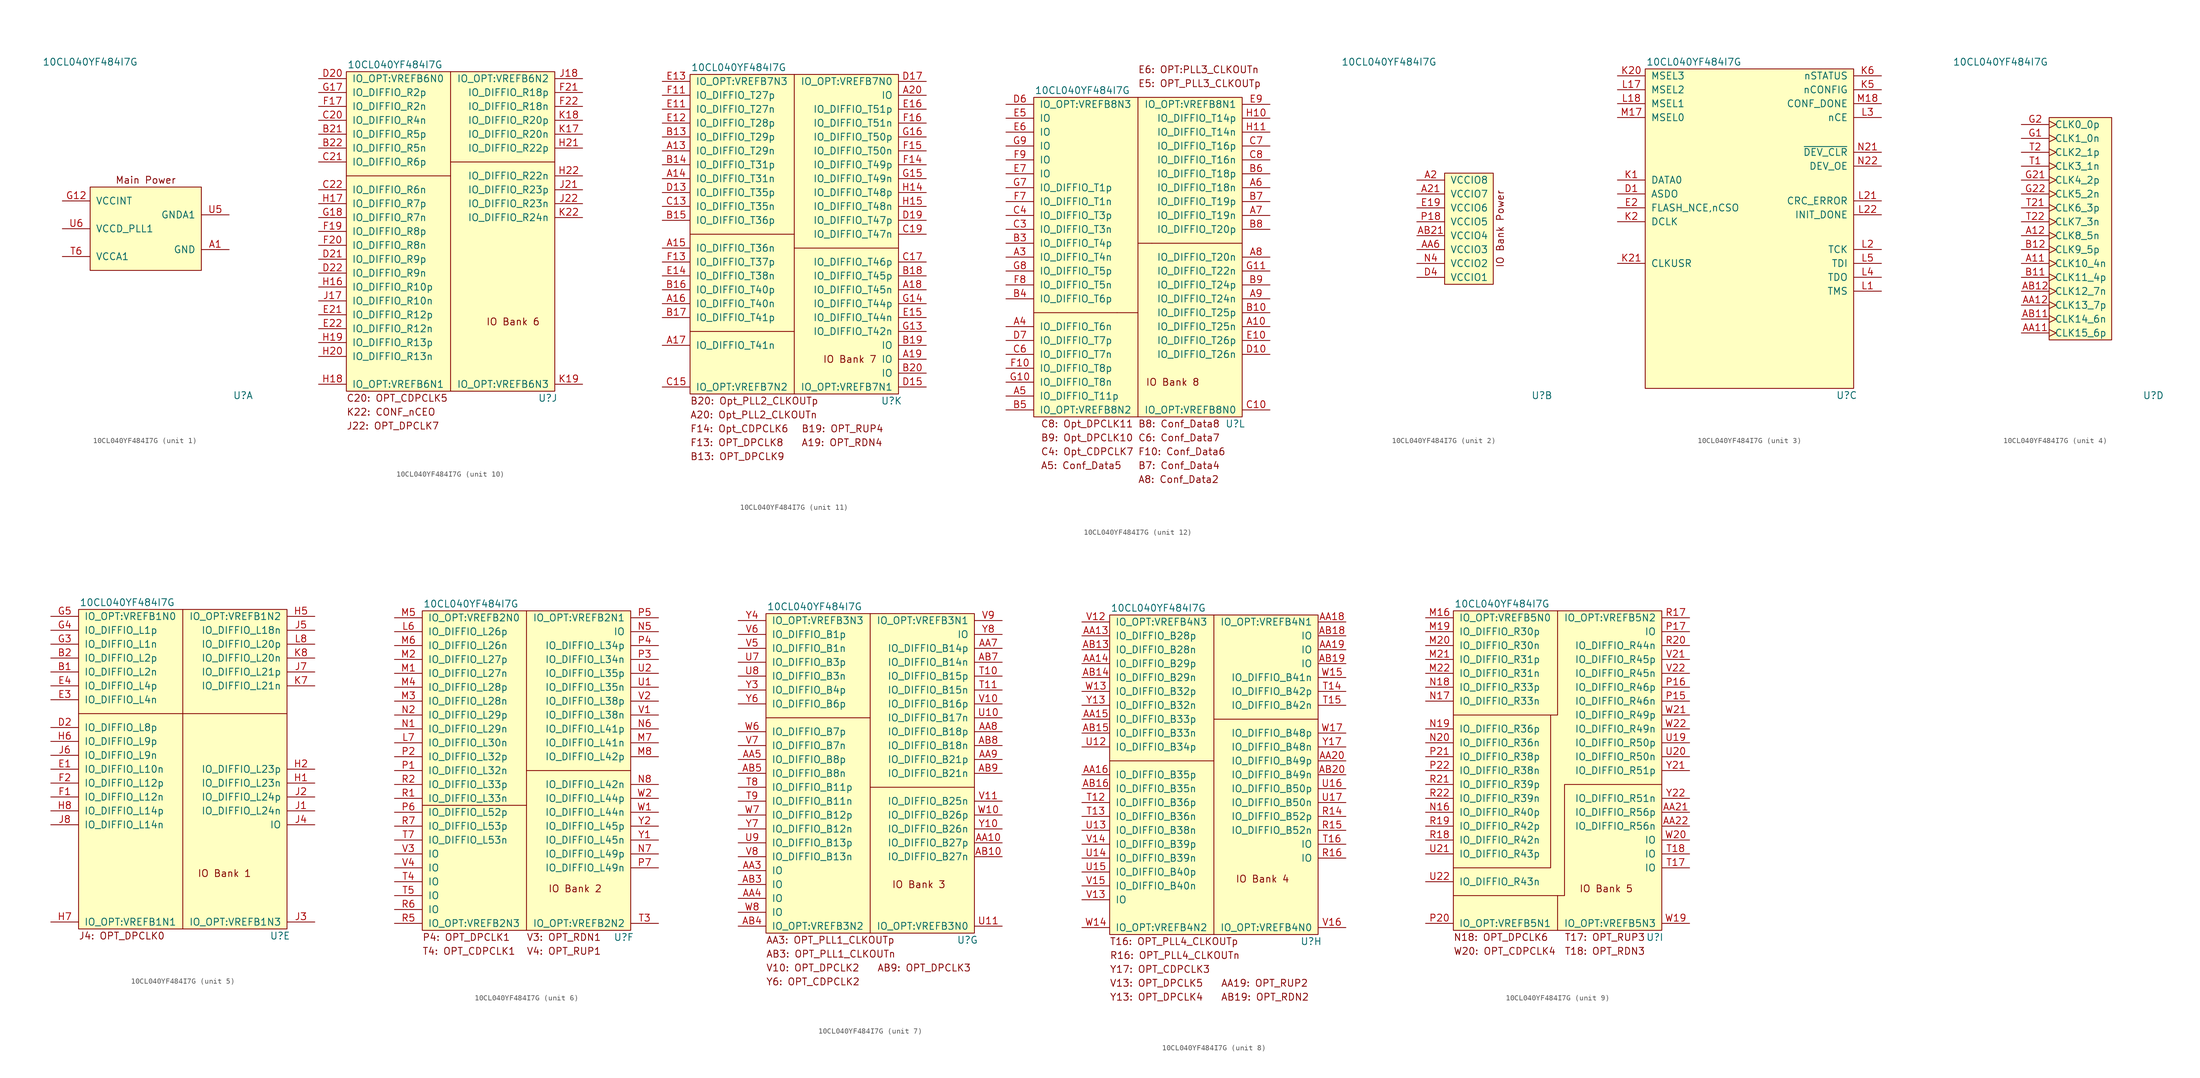
<source format=kicad_sym>
(kicad_symbol_lib
  (version 20241209)
  (generator "kicad_symbol_editor")
  (generator_version "9.0")
  (symbol "10CL040YF484I7G"
    (pin_names
      (offset 1.016))
    (property "Reference" "U"
      (at 17.78 -30.48 0)
      (effects (font (size 1.27 1.27))))
    (property "Value" "10CL040YF484I7G"
      (at -10.16 30.48 0)
      (effects (font (size 1.27 1.27))))
    (property "ki_locked" ""
      (at 0 0 0)
      (effects (font (size 1.27 1.27))))
    (symbol "10CL040YF484I7G_1_0"
      (rectangle (start -10.16 7.62) (end 10.16 -7.62) (stroke (width 0) (type solid)) (fill (type background)))
      (text "Main Power" (at 0 8.89 0) (effects (font (size 1.27 1.27))))
      (pin power_in line (at -15.24 5.08 0) (length 5.08) (name "VCCINT" (effects (font (size 1.27 1.27)))) (number "G12" (effects (font (size 1.27 1.27)))))
      (pin passive line (at -15.24 5.08 0) (length 5.08) (hide yes) (name "VCCINT" (effects (font (size 1.27 1.27)))) (number "H9" (effects (font (size 1.27 1.27)))))
      (pin passive line (at -15.24 5.08 0) (length 5.08) (hide yes) (name "VCCINT" (effects (font (size 1.27 1.27)))) (number "J10" (effects (font (size 1.27 1.27)))))
      (pin passive line (at -15.24 5.08 0) (length 5.08) (hide yes) (name "VCCINT" (effects (font (size 1.27 1.27)))) (number "J11" (effects (font (size 1.27 1.27)))))
      (pin passive line (at -15.24 5.08 0) (length 5.08) (hide yes) (name "VCCINT" (effects (font (size 1.27 1.27)))) (number "J12" (effects (font (size 1.27 1.27)))))
      (pin passive line (at -15.24 5.08 0) (length 5.08) (hide yes) (name "VCCINT" (effects (font (size 1.27 1.27)))) (number "J13" (effects (font (size 1.27 1.27)))))
      (pin passive line (at -15.24 5.08 0) (length 5.08) (hide yes) (name "VCCINT" (effects (font (size 1.27 1.27)))) (number "J14" (effects (font (size 1.27 1.27)))))
      (pin passive line (at -15.24 5.08 0) (length 5.08) (hide yes) (name "VCCINT" (effects (font (size 1.27 1.27)))) (number "J16" (effects (font (size 1.27 1.27)))))
      (pin passive line (at -15.24 5.08 0) (length 5.08) (hide yes) (name "VCCINT" (effects (font (size 1.27 1.27)))) (number "K14" (effects (font (size 1.27 1.27)))))
      (pin passive line (at -15.24 5.08 0) (length 5.08) (hide yes) (name "VCCINT" (effects (font (size 1.27 1.27)))) (number "K15" (effects (font (size 1.27 1.27)))))
      (pin passive line (at -15.24 5.08 0) (length 5.08) (hide yes) (name "VCCINT" (effects (font (size 1.27 1.27)))) (number "K9" (effects (font (size 1.27 1.27)))))
      (pin passive line (at -15.24 5.08 0) (length 5.08) (hide yes) (name "VCCINT" (effects (font (size 1.27 1.27)))) (number "L14" (effects (font (size 1.27 1.27)))))
      (pin passive line (at -15.24 5.08 0) (length 5.08) (hide yes) (name "VCCINT" (effects (font (size 1.27 1.27)))) (number "L16" (effects (font (size 1.27 1.27)))))
      (pin passive line (at -15.24 5.08 0) (length 5.08) (hide yes) (name "VCCINT" (effects (font (size 1.27 1.27)))) (number "L9" (effects (font (size 1.27 1.27)))))
      (pin passive line (at -15.24 5.08 0) (length 5.08) (hide yes) (name "VCCINT" (effects (font (size 1.27 1.27)))) (number "M14" (effects (font (size 1.27 1.27)))))
      (pin passive line (at -15.24 5.08 0) (length 5.08) (hide yes) (name "VCCINT" (effects (font (size 1.27 1.27)))) (number "M15" (effects (font (size 1.27 1.27)))))
      (pin passive line (at -15.24 5.08 0) (length 5.08) (hide yes) (name "VCCINT" (effects (font (size 1.27 1.27)))) (number "M9" (effects (font (size 1.27 1.27)))))
      (pin passive line (at -15.24 5.08 0) (length 5.08) (hide yes) (name "VCCINT" (effects (font (size 1.27 1.27)))) (number "N14" (effects (font (size 1.27 1.27)))))
      (pin passive line (at -15.24 5.08 0) (length 5.08) (hide yes) (name "VCCINT" (effects (font (size 1.27 1.27)))) (number "N9" (effects (font (size 1.27 1.27)))))
      (pin passive line (at -15.24 5.08 0) (length 5.08) (hide yes) (name "VCCINT" (effects (font (size 1.27 1.27)))) (number "P10" (effects (font (size 1.27 1.27)))))
      (pin passive line (at -15.24 5.08 0) (length 5.08) (hide yes) (name "VCCINT" (effects (font (size 1.27 1.27)))) (number "P11" (effects (font (size 1.27 1.27)))))
      (pin passive line (at -15.24 5.08 0) (length 5.08) (hide yes) (name "VCCINT" (effects (font (size 1.27 1.27)))) (number "P12" (effects (font (size 1.27 1.27)))))
      (pin passive line (at -15.24 5.08 0) (length 5.08) (hide yes) (name "VCCINT" (effects (font (size 1.27 1.27)))) (number "P13" (effects (font (size 1.27 1.27)))))
      (pin passive line (at -15.24 5.08 0) (length 5.08) (hide yes) (name "VCCINT" (effects (font (size 1.27 1.27)))) (number "P14" (effects (font (size 1.27 1.27)))))
      (pin passive line (at -15.24 5.08 0) (length 5.08) (hide yes) (name "VCCINT" (effects (font (size 1.27 1.27)))) (number "P9" (effects (font (size 1.27 1.27)))))
      (pin passive line (at -15.24 5.08 0) (length 5.08) (hide yes) (name "VCCINT" (effects (font (size 1.27 1.27)))) (number "R10" (effects (font (size 1.27 1.27)))))
      (pin passive line (at -15.24 5.08 0) (length 5.08) (hide yes) (name "VCCINT" (effects (font (size 1.27 1.27)))) (number "R12" (effects (font (size 1.27 1.27)))))
      (pin passive line (at -15.24 5.08 0) (length 5.08) (hide yes) (name "VCCINT" (effects (font (size 1.27 1.27)))) (number "R8" (effects (font (size 1.27 1.27)))))
      (pin passive line (at -15.24 0 0) (length 5.08) (hide yes) (name "VCCD_PLL2" (effects (font (size 1.27 1.27)))) (number "E17" (effects (font (size 1.27 1.27)))))
      (pin passive line (at -15.24 0 0) (length 5.08) (hide yes) (name "VCCD_PLL3" (effects (font (size 1.27 1.27)))) (number "F6" (effects (font (size 1.27 1.27)))))
      (pin power_in line (at -15.24 0 0) (length 5.08) (name "VCCD_PLL1" (effects (font (size 1.27 1.27)))) (number "U6" (effects (font (size 1.27 1.27)))))
      (pin passive line (at -15.24 0 0) (length 5.08) (hide yes) (name "VCCD_PLL4" (effects (font (size 1.27 1.27)))) (number "V17" (effects (font (size 1.27 1.27)))))
      (pin passive line (at -15.24 -5.08 0) (length 5.08) (hide yes) (name "VCCA2" (effects (font (size 1.27 1.27)))) (number "F18" (effects (font (size 1.27 1.27)))))
      (pin passive line (at -15.24 -5.08 0) (length 5.08) (hide yes) (name "VCCA3" (effects (font (size 1.27 1.27)))) (number "G6" (effects (font (size 1.27 1.27)))))
      (pin power_in line (at -15.24 -5.08 0) (length 5.08) (name "VCCA1" (effects (font (size 1.27 1.27)))) (number "T6" (effects (font (size 1.27 1.27)))))
      (pin passive line (at -15.24 -5.08 0) (length 5.08) (hide yes) (name "VCCA4" (effects (font (size 1.27 1.27)))) (number "U18" (effects (font (size 1.27 1.27)))))
      (pin passive line (at 15.24 2.54 180) (length 5.08) (hide yes) (name "GNDA2" (effects (font (size 1.27 1.27)))) (number "E18" (effects (font (size 1.27 1.27)))))
      (pin passive line (at 15.24 2.54 180) (length 5.08) (hide yes) (name "GNDA3" (effects (font (size 1.27 1.27)))) (number "F5" (effects (font (size 1.27 1.27)))))
      (pin power_in line (at 15.24 2.54 180) (length 5.08) (name "GNDA1" (effects (font (size 1.27 1.27)))) (number "U5" (effects (font (size 1.27 1.27)))))
      (pin passive line (at 15.24 2.54 180) (length 5.08) (hide yes) (name "GNDA4" (effects (font (size 1.27 1.27)))) (number "V18" (effects (font (size 1.27 1.27)))))
      (pin power_in line (at 15.24 -3.81 180) (length 5.08) (name "GND" (effects (font (size 1.27 1.27)))) (number "A1" (effects (font (size 1.27 1.27)))))
      (pin passive line (at 15.24 -3.81 180) (length 5.08) (hide yes) (name "GND" (effects (font (size 1.27 1.27)))) (number "A22" (effects (font (size 1.27 1.27)))))
      (pin passive line (at 15.24 -3.81 180) (length 5.08) (hide yes) (name "GND" (effects (font (size 1.27 1.27)))) (number "AA1" (effects (font (size 1.27 1.27)))))
      (pin passive line (at 15.24 -3.81 180) (length 5.08) (hide yes) (name "GND" (effects (font (size 1.27 1.27)))) (number "AA17" (effects (font (size 1.27 1.27)))))
      (pin passive line (at 15.24 -3.81 180) (length 5.08) (hide yes) (name "GND" (effects (font (size 1.27 1.27)))) (number "AA2" (effects (font (size 1.27 1.27)))))
      (pin passive line (at 15.24 -3.81 180) (length 5.08) (hide yes) (name "GND" (effects (font (size 1.27 1.27)))) (number "AB1" (effects (font (size 1.27 1.27)))))
      (pin passive line (at 15.24 -3.81 180) (length 5.08) (hide yes) (name "GND" (effects (font (size 1.27 1.27)))) (number "AB17" (effects (font (size 1.27 1.27)))))
      (pin passive line (at 15.24 -3.81 180) (length 5.08) (hide yes) (name "GND" (effects (font (size 1.27 1.27)))) (number "AB22" (effects (font (size 1.27 1.27)))))
      (pin passive line (at 15.24 -3.81 180) (length 5.08) (hide yes) (name "GND" (effects (font (size 1.27 1.27)))) (number "AB6" (effects (font (size 1.27 1.27)))))
      (pin passive line (at 15.24 -3.81 180) (length 5.08) (hide yes) (name "GND" (effects (font (size 1.27 1.27)))) (number "C1" (effects (font (size 1.27 1.27)))))
      (pin passive line (at 15.24 -3.81 180) (length 5.08) (hide yes) (name "GND" (effects (font (size 1.27 1.27)))) (number "C11" (effects (font (size 1.27 1.27)))))
      (pin passive line (at 15.24 -3.81 180) (length 5.08) (hide yes) (name "GND" (effects (font (size 1.27 1.27)))) (number "C12" (effects (font (size 1.27 1.27)))))
      (pin passive line (at 15.24 -3.81 180) (length 5.08) (hide yes) (name "GND" (effects (font (size 1.27 1.27)))) (number "C14" (effects (font (size 1.27 1.27)))))
      (pin passive line (at 15.24 -3.81 180) (length 5.08) (hide yes) (name "GND" (effects (font (size 1.27 1.27)))) (number "C16" (effects (font (size 1.27 1.27)))))
      (pin passive line (at 15.24 -3.81 180) (length 5.08) (hide yes) (name "GND" (effects (font (size 1.27 1.27)))) (number "C18" (effects (font (size 1.27 1.27)))))
      (pin passive line (at 15.24 -3.81 180) (length 5.08) (hide yes) (name "GND" (effects (font (size 1.27 1.27)))) (number "C2" (effects (font (size 1.27 1.27)))))
      (pin passive line (at 15.24 -3.81 180) (length 5.08) (hide yes) (name "GND" (effects (font (size 1.27 1.27)))) (number "C5" (effects (font (size 1.27 1.27)))))
      (pin passive line (at 15.24 -3.81 180) (length 5.08) (hide yes) (name "GND" (effects (font (size 1.27 1.27)))) (number "C9" (effects (font (size 1.27 1.27)))))
      (pin passive line (at 15.24 -3.81 180) (length 5.08) (hide yes) (name "GND" (effects (font (size 1.27 1.27)))) (number "D3" (effects (font (size 1.27 1.27)))))
      (pin passive line (at 15.24 -3.81 180) (length 5.08) (hide yes) (name "GND" (effects (font (size 1.27 1.27)))) (number "D8" (effects (font (size 1.27 1.27)))))
      (pin passive line (at 15.24 -3.81 180) (length 5.08) (hide yes) (name "GND" (effects (font (size 1.27 1.27)))) (number "E20" (effects (font (size 1.27 1.27)))))
      (pin passive line (at 15.24 -3.81 180) (length 5.08) (hide yes) (name "GND" (effects (font (size 1.27 1.27)))) (number "F12" (effects (font (size 1.27 1.27)))))
      (pin passive line (at 15.24 -3.81 180) (length 5.08) (hide yes) (name "GND" (effects (font (size 1.27 1.27)))) (number "F3" (effects (font (size 1.27 1.27)))))
      (pin passive line (at 15.24 -3.81 180) (length 5.08) (hide yes) (name "GND" (effects (font (size 1.27 1.27)))) (number "G20" (effects (font (size 1.27 1.27)))))
      (pin passive line (at 15.24 -3.81 180) (length 5.08) (hide yes) (name "GND" (effects (font (size 1.27 1.27)))) (number "H12" (effects (font (size 1.27 1.27)))))
      (pin passive line (at 15.24 -3.81 180) (length 5.08) (hide yes) (name "GND" (effects (font (size 1.27 1.27)))) (number "H13" (effects (font (size 1.27 1.27)))))
      (pin passive line (at 15.24 -3.81 180) (length 5.08) (hide yes) (name "GND" (effects (font (size 1.27 1.27)))) (number "H3" (effects (font (size 1.27 1.27)))))
      (pin passive line (at 15.24 -3.81 180) (length 5.08) (hide yes) (name "GND" (effects (font (size 1.27 1.27)))) (number "J15" (effects (font (size 1.27 1.27)))))
      (pin passive line (at 15.24 -3.81 180) (length 5.08) (hide yes) (name "GND" (effects (font (size 1.27 1.27)))) (number "J19" (effects (font (size 1.27 1.27)))))
      (pin passive line (at 15.24 -3.81 180) (length 5.08) (hide yes) (name "GND" (effects (font (size 1.27 1.27)))) (number "J9" (effects (font (size 1.27 1.27)))))
      (pin passive line (at 15.24 -3.81 180) (length 5.08) (hide yes) (name "GND" (effects (font (size 1.27 1.27)))) (number "K10" (effects (font (size 1.27 1.27)))))
      (pin passive line (at 15.24 -3.81 180) (length 5.08) (hide yes) (name "GND" (effects (font (size 1.27 1.27)))) (number "K11" (effects (font (size 1.27 1.27)))))
      (pin passive line (at 15.24 -3.81 180) (length 5.08) (hide yes) (name "GND" (effects (font (size 1.27 1.27)))) (number "K12" (effects (font (size 1.27 1.27)))))
      (pin passive line (at 15.24 -3.81 180) (length 5.08) (hide yes) (name "GND" (effects (font (size 1.27 1.27)))) (number "K13" (effects (font (size 1.27 1.27)))))
      (pin passive line (at 15.24 -3.81 180) (length 5.08) (hide yes) (name "GND" (effects (font (size 1.27 1.27)))) (number "K16" (effects (font (size 1.27 1.27)))))
      (pin passive line (at 15.24 -3.81 180) (length 5.08) (hide yes) (name "GND" (effects (font (size 1.27 1.27)))) (number "K3" (effects (font (size 1.27 1.27)))))
      (pin passive line (at 15.24 -3.81 180) (length 5.08) (hide yes) (name "GND" (effects (font (size 1.27 1.27)))) (number "L10" (effects (font (size 1.27 1.27)))))
      (pin passive line (at 15.24 -3.81 180) (length 5.08) (hide yes) (name "GND" (effects (font (size 1.27 1.27)))) (number "L11" (effects (font (size 1.27 1.27)))))
      (pin passive line (at 15.24 -3.81 180) (length 5.08) (hide yes) (name "GND" (effects (font (size 1.27 1.27)))) (number "L12" (effects (font (size 1.27 1.27)))))
      (pin passive line (at 15.24 -3.81 180) (length 5.08) (hide yes) (name "GND" (effects (font (size 1.27 1.27)))) (number "L13" (effects (font (size 1.27 1.27)))))
      (pin passive line (at 15.24 -3.81 180) (length 5.08) (hide yes) (name "GND" (effects (font (size 1.27 1.27)))) (number "L15" (effects (font (size 1.27 1.27)))))
      (pin passive line (at 15.24 -3.81 180) (length 5.08) (hide yes) (name "GND" (effects (font (size 1.27 1.27)))) (number "L20" (effects (font (size 1.27 1.27)))))
      (pin passive line (at 15.24 -3.81 180) (length 5.08) (hide yes) (name "GND" (effects (font (size 1.27 1.27)))) (number "M10" (effects (font (size 1.27 1.27)))))
      (pin passive line (at 15.24 -3.81 180) (length 5.08) (hide yes) (name "GND" (effects (font (size 1.27 1.27)))) (number "M11" (effects (font (size 1.27 1.27)))))
      (pin passive line (at 15.24 -3.81 180) (length 5.08) (hide yes) (name "GND" (effects (font (size 1.27 1.27)))) (number "M12" (effects (font (size 1.27 1.27)))))
      (pin passive line (at 15.24 -3.81 180) (length 5.08) (hide yes) (name "GND" (effects (font (size 1.27 1.27)))) (number "M13" (effects (font (size 1.27 1.27)))))
      (pin passive line (at 15.24 -3.81 180) (length 5.08) (hide yes) (name "GND" (effects (font (size 1.27 1.27)))) (number "N10" (effects (font (size 1.27 1.27)))))
      (pin passive line (at 15.24 -3.81 180) (length 5.08) (hide yes) (name "GND" (effects (font (size 1.27 1.27)))) (number "N11" (effects (font (size 1.27 1.27)))))
      (pin passive line (at 15.24 -3.81 180) (length 5.08) (hide yes) (name "GND" (effects (font (size 1.27 1.27)))) (number "N12" (effects (font (size 1.27 1.27)))))
      (pin passive line (at 15.24 -3.81 180) (length 5.08) (hide yes) (name "GND" (effects (font (size 1.27 1.27)))) (number "N13" (effects (font (size 1.27 1.27)))))
      (pin passive line (at 15.24 -3.81 180) (length 5.08) (hide yes) (name "GND" (effects (font (size 1.27 1.27)))) (number "N15" (effects (font (size 1.27 1.27)))))
      (pin passive line (at 15.24 -3.81 180) (length 5.08) (hide yes) (name "GND" (effects (font (size 1.27 1.27)))) (number "N3" (effects (font (size 1.27 1.27)))))
      (pin passive line (at 15.24 -3.81 180) (length 5.08) (hide yes) (name "GND" (effects (font (size 1.27 1.27)))) (number "P19" (effects (font (size 1.27 1.27)))))
      (pin passive line (at 15.24 -3.81 180) (length 5.08) (hide yes) (name "GND" (effects (font (size 1.27 1.27)))) (number "P8" (effects (font (size 1.27 1.27)))))
      (pin passive line (at 15.24 -3.81 180) (length 5.08) (hide yes) (name "GND" (effects (font (size 1.27 1.27)))) (number "R11" (effects (font (size 1.27 1.27)))))
      (pin passive line (at 15.24 -3.81 180) (length 5.08) (hide yes) (name "GND" (effects (font (size 1.27 1.27)))) (number "R13" (effects (font (size 1.27 1.27)))))
      (pin passive line (at 15.24 -3.81 180) (length 5.08) (hide yes) (name "GND" (effects (font (size 1.27 1.27)))) (number "R3" (effects (font (size 1.27 1.27)))))
      (pin passive line (at 15.24 -3.81 180) (length 5.08) (hide yes) (name "GND" (effects (font (size 1.27 1.27)))) (number "R9" (effects (font (size 1.27 1.27)))))
      (pin passive line (at 15.24 -3.81 180) (length 5.08) (hide yes) (name "GND" (effects (font (size 1.27 1.27)))) (number "T20" (effects (font (size 1.27 1.27)))))
      (pin passive line (at 15.24 -3.81 180) (length 5.08) (hide yes) (name "GND" (effects (font (size 1.27 1.27)))) (number "U3" (effects (font (size 1.27 1.27)))))
      (pin passive line (at 15.24 -3.81 180) (length 5.08) (hide yes) (name "GND" (effects (font (size 1.27 1.27)))) (number "V20" (effects (font (size 1.27 1.27)))))
      (pin passive line (at 15.24 -3.81 180) (length 5.08) (hide yes) (name "GND" (effects (font (size 1.27 1.27)))) (number "W3" (effects (font (size 1.27 1.27)))))
      (pin passive line (at 15.24 -3.81 180) (length 5.08) (hide yes) (name "GND" (effects (font (size 1.27 1.27)))) (number "Y11" (effects (font (size 1.27 1.27)))))
      (pin passive line (at 15.24 -3.81 180) (length 5.08) (hide yes) (name "GND" (effects (font (size 1.27 1.27)))) (number "Y12" (effects (font (size 1.27 1.27)))))
      (pin passive line (at 15.24 -3.81 180) (length 5.08) (hide yes) (name "GND" (effects (font (size 1.27 1.27)))) (number "Y15" (effects (font (size 1.27 1.27)))))
      (pin passive line (at 15.24 -3.81 180) (length 5.08) (hide yes) (name "GND" (effects (font (size 1.27 1.27)))) (number "Y16" (effects (font (size 1.27 1.27)))))
      (pin passive line (at 15.24 -3.81 180) (length 5.08) (hide yes) (name "GND" (effects (font (size 1.27 1.27)))) (number "Y18" (effects (font (size 1.27 1.27)))))
      (pin passive line (at 15.24 -3.81 180) (length 5.08) (hide yes) (name "GND" (effects (font (size 1.27 1.27)))) (number "Y20" (effects (font (size 1.27 1.27)))))
      (pin passive line (at 15.24 -3.81 180) (length 5.08) (hide yes) (name "GND" (effects (font (size 1.27 1.27)))) (number "Y5" (effects (font (size 1.27 1.27)))))
      (pin passive line (at 15.24 -3.81 180) (length 5.08) (hide yes) (name "GND" (effects (font (size 1.27 1.27)))) (number "Y9" (effects (font (size 1.27 1.27))))))
    (symbol "10CL040YF484I7G_2_0"
      (rectangle (start 0 10.16) (end 8.89 -10.16) (stroke (width 0) (type solid)) (fill (type background)))
      (text "IO Bank Power" (at 10.16 0 900) (effects (font (size 1.27 1.27))))
      (pin power_in line (at -5.08 8.89 0) (length 5.08) (name "VCCIO8" (effects (font (size 1.27 1.27)))) (number "A2" (effects (font (size 1.27 1.27)))))
      (pin passive line (at -5.08 8.89 0) (length 5.08) (hide yes) (name "VCCIO8" (effects (font (size 1.27 1.27)))) (number "D11" (effects (font (size 1.27 1.27)))))
      (pin passive line (at -5.08 8.89 0) (length 5.08) (hide yes) (name "VCCIO8" (effects (font (size 1.27 1.27)))) (number "D5" (effects (font (size 1.27 1.27)))))
      (pin passive line (at -5.08 8.89 0) (length 5.08) (hide yes) (name "VCCIO8" (effects (font (size 1.27 1.27)))) (number "D9" (effects (font (size 1.27 1.27)))))
      (pin passive line (at -5.08 8.89 0) (length 5.08) (hide yes) (name "VCCIO8" (effects (font (size 1.27 1.27)))) (number "E8" (effects (font (size 1.27 1.27)))))
      (pin power_in line (at -5.08 6.35 0) (length 5.08) (name "VCCIO7" (effects (font (size 1.27 1.27)))) (number "A21" (effects (font (size 1.27 1.27)))))
      (pin passive line (at -5.08 6.35 0) (length 5.08) (hide yes) (name "VCCIO7" (effects (font (size 1.27 1.27)))) (number "D12" (effects (font (size 1.27 1.27)))))
      (pin passive line (at -5.08 6.35 0) (length 5.08) (hide yes) (name "VCCIO7" (effects (font (size 1.27 1.27)))) (number "D14" (effects (font (size 1.27 1.27)))))
      (pin passive line (at -5.08 6.35 0) (length 5.08) (hide yes) (name "VCCIO7" (effects (font (size 1.27 1.27)))) (number "D16" (effects (font (size 1.27 1.27)))))
      (pin passive line (at -5.08 6.35 0) (length 5.08) (hide yes) (name "VCCIO7" (effects (font (size 1.27 1.27)))) (number "D18" (effects (font (size 1.27 1.27)))))
      (pin power_in line (at -5.08 3.81 0) (length 5.08) (name "VCCIO6" (effects (font (size 1.27 1.27)))) (number "E19" (effects (font (size 1.27 1.27)))))
      (pin passive line (at -5.08 3.81 0) (length 5.08) (hide yes) (name "VCCIO6" (effects (font (size 1.27 1.27)))) (number "G19" (effects (font (size 1.27 1.27)))))
      (pin passive line (at -5.08 3.81 0) (length 5.08) (hide yes) (name "VCCIO6" (effects (font (size 1.27 1.27)))) (number "J20" (effects (font (size 1.27 1.27)))))
      (pin passive line (at -5.08 3.81 0) (length 5.08) (hide yes) (name "VCCIO6" (effects (font (size 1.27 1.27)))) (number "L19" (effects (font (size 1.27 1.27)))))
      (pin power_in line (at -5.08 1.27 0) (length 5.08) (name "VCCIO5" (effects (font (size 1.27 1.27)))) (number "P18" (effects (font (size 1.27 1.27)))))
      (pin passive line (at -5.08 1.27 0) (length 5.08) (hide yes) (name "VCCIO5" (effects (font (size 1.27 1.27)))) (number "T19" (effects (font (size 1.27 1.27)))))
      (pin passive line (at -5.08 1.27 0) (length 5.08) (hide yes) (name "VCCIO5" (effects (font (size 1.27 1.27)))) (number "V19" (effects (font (size 1.27 1.27)))))
      (pin passive line (at -5.08 1.27 0) (length 5.08) (hide yes) (name "VCCIO5" (effects (font (size 1.27 1.27)))) (number "Y19" (effects (font (size 1.27 1.27)))))
      (pin power_in line (at -5.08 -1.27 0) (length 5.08) (name "VCCIO4" (effects (font (size 1.27 1.27)))) (number "AB21" (effects (font (size 1.27 1.27)))))
      (pin passive line (at -5.08 -1.27 0) (length 5.08) (hide yes) (name "VCCIO4" (effects (font (size 1.27 1.27)))) (number "W12" (effects (font (size 1.27 1.27)))))
      (pin passive line (at -5.08 -1.27 0) (length 5.08) (hide yes) (name "VCCIO4" (effects (font (size 1.27 1.27)))) (number "W16" (effects (font (size 1.27 1.27)))))
      (pin passive line (at -5.08 -1.27 0) (length 5.08) (hide yes) (name "VCCIO4" (effects (font (size 1.27 1.27)))) (number "W18" (effects (font (size 1.27 1.27)))))
      (pin passive line (at -5.08 -1.27 0) (length 5.08) (hide yes) (name "VCCIO4" (effects (font (size 1.27 1.27)))) (number "Y14" (effects (font (size 1.27 1.27)))))
      (pin power_in line (at -5.08 -3.81 0) (length 5.08) (name "VCCIO3" (effects (font (size 1.27 1.27)))) (number "AA6" (effects (font (size 1.27 1.27)))))
      (pin passive line (at -5.08 -3.81 0) (length 5.08) (hide yes) (name "VCCIO3" (effects (font (size 1.27 1.27)))) (number "AB2" (effects (font (size 1.27 1.27)))))
      (pin passive line (at -5.08 -3.81 0) (length 5.08) (hide yes) (name "VCCIO3" (effects (font (size 1.27 1.27)))) (number "W11" (effects (font (size 1.27 1.27)))))
      (pin passive line (at -5.08 -3.81 0) (length 5.08) (hide yes) (name "VCCIO3" (effects (font (size 1.27 1.27)))) (number "W5" (effects (font (size 1.27 1.27)))))
      (pin passive line (at -5.08 -3.81 0) (length 5.08) (hide yes) (name "VCCIO3" (effects (font (size 1.27 1.27)))) (number "W9" (effects (font (size 1.27 1.27)))))
      (pin power_in line (at -5.08 -6.35 0) (length 5.08) (name "VCCIO2" (effects (font (size 1.27 1.27)))) (number "N4" (effects (font (size 1.27 1.27)))))
      (pin passive line (at -5.08 -6.35 0) (length 5.08) (hide yes) (name "VCCIO2" (effects (font (size 1.27 1.27)))) (number "R4" (effects (font (size 1.27 1.27)))))
      (pin passive line (at -5.08 -6.35 0) (length 5.08) (hide yes) (name "VCCIO2" (effects (font (size 1.27 1.27)))) (number "U4" (effects (font (size 1.27 1.27)))))
      (pin passive line (at -5.08 -6.35 0) (length 5.08) (hide yes) (name "VCCIO2" (effects (font (size 1.27 1.27)))) (number "W4" (effects (font (size 1.27 1.27)))))
      (pin power_in line (at -5.08 -8.89 0) (length 5.08) (name "VCCIO1" (effects (font (size 1.27 1.27)))) (number "D4" (effects (font (size 1.27 1.27)))))
      (pin passive line (at -5.08 -8.89 0) (length 5.08) (hide yes) (name "VCCIO1" (effects (font (size 1.27 1.27)))) (number "F4" (effects (font (size 1.27 1.27)))))
      (pin passive line (at -5.08 -8.89 0) (length 5.08) (hide yes) (name "VCCIO1" (effects (font (size 1.27 1.27)))) (number "H4" (effects (font (size 1.27 1.27)))))
      (pin passive line (at -5.08 -8.89 0) (length 5.08) (hide yes) (name "VCCIO1" (effects (font (size 1.27 1.27)))) (number "K4" (effects (font (size 1.27 1.27))))))
    (symbol "10CL040YF484I7G_3_0"
      (pin input line (at -24.13 27.94 0) (length 5.08) (name "MSEL3" (effects (font (size 1.27 1.27)))) (number "K20" (effects (font (size 1.27 1.27)))))
      (pin input line (at -24.13 25.4 0) (length 5.08) (name "MSEL2" (effects (font (size 1.27 1.27)))) (number "L17" (effects (font (size 1.27 1.27)))))
      (pin input line (at -24.13 22.86 0) (length 5.08) (name "MSEL1" (effects (font (size 1.27 1.27)))) (number "L18" (effects (font (size 1.27 1.27)))))
      (pin input line (at -24.13 20.32 0) (length 5.08) (name "MSEL0" (effects (font (size 1.27 1.27)))) (number "M17" (effects (font (size 1.27 1.27)))))
      (pin bidirectional line (at -24.13 8.89 0) (length 5.08) (name "DATA0" (effects (font (size 1.27 1.27)))) (number "K1" (effects (font (size 1.27 1.27)))))
      (pin bidirectional line (at -24.13 6.35 0) (length 5.08) (name "ASDO" (effects (font (size 1.27 1.27)))) (number "D1" (effects (font (size 1.27 1.27)))))
      (pin bidirectional line (at -24.13 3.81 0) (length 5.08) (name "FLASH_NCE,nCSO" (effects (font (size 1.27 1.27)))) (number "E2" (effects (font (size 1.27 1.27)))))
      (pin bidirectional line (at -24.13 1.27 0) (length 5.08) (name "DCLK" (effects (font (size 1.27 1.27)))) (number "K2" (effects (font (size 1.27 1.27)))))
      (pin bidirectional line (at -24.13 -6.35 0) (length 5.08) (name "CLKUSR" (effects (font (size 1.27 1.27)))) (number "K21" (effects (font (size 1.27 1.27)))))
      (pin bidirectional line (at 24.13 27.94 180) (length 5.08) (name "nSTATUS" (effects (font (size 1.27 1.27)))) (number "K6" (effects (font (size 1.27 1.27)))))
      (pin input line (at 24.13 25.4 180) (length 5.08) (name "nCONFIG" (effects (font (size 1.27 1.27)))) (number "K5" (effects (font (size 1.27 1.27)))))
      (pin bidirectional line (at 24.13 22.86 180) (length 5.08) (name "CONF_DONE" (effects (font (size 1.27 1.27)))) (number "M18" (effects (font (size 1.27 1.27)))))
      (pin input line (at 24.13 20.32 180) (length 5.08) (name "nCE" (effects (font (size 1.27 1.27)))) (number "L3" (effects (font (size 1.27 1.27)))))
      (pin bidirectional line (at 24.13 13.97 180) (length 5.08) (name "~{DEV_CLR}" (effects (font (size 1.27 1.27)))) (number "N21" (effects (font (size 1.27 1.27)))))
      (pin bidirectional line (at 24.13 11.43 180) (length 5.08) (name "DEV_OE" (effects (font (size 1.27 1.27)))) (number "N22" (effects (font (size 1.27 1.27)))))
      (pin output line (at 24.13 5.08 180) (length 5.08) (name "CRC_ERROR" (effects (font (size 1.27 1.27)))) (number "L21" (effects (font (size 1.27 1.27)))))
      (pin bidirectional line (at 24.13 2.54 180) (length 5.08) (name "INIT_DONE" (effects (font (size 1.27 1.27)))) (number "L22" (effects (font (size 1.27 1.27)))))
      (pin input line (at 24.13 -3.81 180) (length 5.08) (name "TCK" (effects (font (size 1.27 1.27)))) (number "L2" (effects (font (size 1.27 1.27)))))
      (pin input line (at 24.13 -6.35 180) (length 5.08) (name "TDI" (effects (font (size 1.27 1.27)))) (number "L5" (effects (font (size 1.27 1.27)))))
      (pin output line (at 24.13 -8.89 180) (length 5.08) (name "TDO" (effects (font (size 1.27 1.27)))) (number "L4" (effects (font (size 1.27 1.27)))))
      (pin input line (at 24.13 -11.43 180) (length 5.08) (name "TMS" (effects (font (size 1.27 1.27)))) (number "L1" (effects (font (size 1.27 1.27))))))
    (symbol "10CL040YF484I7G_3_1"
      (rectangle (start -19.05 29.21) (end 19.05 -29.21) (stroke (width 0) (type solid)) (fill (type background))))
    (symbol "10CL040YF484I7G_4_0"
      (rectangle (start -1.27 20.32) (end 10.16 -20.32) (stroke (width 0) (type solid)) (fill (type background)))
      (pin input clock (at -6.35 19.05 0) (length 5.08) (name "CLK0_0p" (effects (font (size 1.27 1.27)))) (number "G2" (effects (font (size 1.27 1.27)))))
      (pin input clock (at -6.35 16.51 0) (length 5.08) (name "CLK1_0n" (effects (font (size 1.27 1.27)))) (number "G1" (effects (font (size 1.27 1.27)))))
      (pin input clock (at -6.35 13.97 0) (length 5.08) (name "CLK2_1p" (effects (font (size 1.27 1.27)))) (number "T2" (effects (font (size 1.27 1.27)))))
      (pin input clock (at -6.35 11.43 0) (length 5.08) (name "CLK3_1n" (effects (font (size 1.27 1.27)))) (number "T1" (effects (font (size 1.27 1.27)))))
      (pin input clock (at -6.35 8.89 0) (length 5.08) (name "CLK4_2p" (effects (font (size 1.27 1.27)))) (number "G21" (effects (font (size 1.27 1.27)))))
      (pin input clock (at -6.35 6.35 0) (length 5.08) (name "CLK5_2n" (effects (font (size 1.27 1.27)))) (number "G22" (effects (font (size 1.27 1.27)))))
      (pin input clock (at -6.35 3.81 0) (length 5.08) (name "CLK6_3p" (effects (font (size 1.27 1.27)))) (number "T21" (effects (font (size 1.27 1.27)))))
      (pin input clock (at -6.35 1.27 0) (length 5.08) (name "CLK7_3n" (effects (font (size 1.27 1.27)))) (number "T22" (effects (font (size 1.27 1.27)))))
      (pin input clock (at -6.35 -1.27 0) (length 5.08) (name "CLK8_5n" (effects (font (size 1.27 1.27)))) (number "A12" (effects (font (size 1.27 1.27)))))
      (pin input clock (at -6.35 -3.81 0) (length 5.08) (name "CLK9_5p" (effects (font (size 1.27 1.27)))) (number "B12" (effects (font (size 1.27 1.27)))))
      (pin input clock (at -6.35 -6.35 0) (length 5.08) (name "CLK10_4n" (effects (font (size 1.27 1.27)))) (number "A11" (effects (font (size 1.27 1.27)))))
      (pin input clock (at -6.35 -8.89 0) (length 5.08) (name "CLK11_4p" (effects (font (size 1.27 1.27)))) (number "B11" (effects (font (size 1.27 1.27)))))
      (pin input clock (at -6.35 -11.43 0) (length 5.08) (name "CLK12_7n" (effects (font (size 1.27 1.27)))) (number "AB12" (effects (font (size 1.27 1.27)))))
      (pin input clock (at -6.35 -13.97 0) (length 5.08) (name "CLK13_7p" (effects (font (size 1.27 1.27)))) (number "AA12" (effects (font (size 1.27 1.27)))))
      (pin input clock (at -6.35 -16.51 0) (length 5.08) (name "CLK14_6n" (effects (font (size 1.27 1.27)))) (number "AB11" (effects (font (size 1.27 1.27)))))
      (pin input clock (at -6.35 -19.05 0) (length 5.08) (name "CLK15_6p" (effects (font (size 1.27 1.27)))) (number "AA11" (effects (font (size 1.27 1.27))))))
    (symbol "10CL040YF484I7G_5_0"
      (polyline (pts (xy -19.05 10.16) (xy 0 10.16) (xy 0 29.21)) (stroke (width 0) (type solid)) (fill (type none)))
      (polyline (pts (xy 0 10.16) (xy 0 -29.21)) (stroke (width 0) (type solid)) (fill (type none)))
      (polyline (pts (xy 0 10.16) (xy 19.05 10.16)) (stroke (width 0) (type solid)) (fill (type none)))
      (text "J4: OPT_DPCLK0" (at -19.05 -30.48 0) (effects (font (size 1.27 1.27)) (justify left)))
      (text "IO Bank 1" (at 7.62 -19.05 0) (effects (font (size 1.27 1.27))))
      (pin bidirectional line (at -24.13 27.94 0) (length 5.08) (name "IO_OPT:VREFB1N0" (effects (font (size 1.27 1.27)))) (number "G5" (effects (font (size 1.27 1.27)))))
      (pin bidirectional line (at -24.13 25.4 0) (length 5.08) (name "IO_DIFFIO_L1p" (effects (font (size 1.27 1.27)))) (number "G4" (effects (font (size 1.27 1.27)))))
      (pin bidirectional line (at -24.13 22.86 0) (length 5.08) (name "IO_DIFFIO_L1n" (effects (font (size 1.27 1.27)))) (number "G3" (effects (font (size 1.27 1.27)))))
      (pin bidirectional line (at -24.13 20.32 0) (length 5.08) (name "IO_DIFFIO_L2p" (effects (font (size 1.27 1.27)))) (number "B2" (effects (font (size 1.27 1.27)))))
      (pin bidirectional line (at -24.13 17.78 0) (length 5.08) (name "IO_DIFFIO_L2n" (effects (font (size 1.27 1.27)))) (number "B1" (effects (font (size 1.27 1.27)))))
      (pin bidirectional line (at -24.13 15.24 0) (length 5.08) (name "IO_DIFFIO_L4p" (effects (font (size 1.27 1.27)))) (number "E4" (effects (font (size 1.27 1.27)))))
      (pin bidirectional line (at -24.13 12.7 0) (length 5.08) (name "IO_DIFFIO_L4n" (effects (font (size 1.27 1.27)))) (number "E3" (effects (font (size 1.27 1.27)))))
      (pin bidirectional line (at -24.13 7.62 0) (length 5.08) (name "IO_DIFFIO_L8p" (effects (font (size 1.27 1.27)))) (number "D2" (effects (font (size 1.27 1.27)))))
      (pin bidirectional line (at -24.13 5.08 0) (length 5.08) (name "IO_DIFFIO_L9p" (effects (font (size 1.27 1.27)))) (number "H6" (effects (font (size 1.27 1.27)))))
      (pin bidirectional line (at -24.13 2.54 0) (length 5.08) (name "IO_DIFFIO_L9n" (effects (font (size 1.27 1.27)))) (number "J6" (effects (font (size 1.27 1.27)))))
      (pin bidirectional line (at -24.13 0 0) (length 5.08) (name "IO_DIFFIO_L10n" (effects (font (size 1.27 1.27)))) (number "E1" (effects (font (size 1.27 1.27)))))
      (pin bidirectional line (at -24.13 -2.54 0) (length 5.08) (name "IO_DIFFIO_L12p" (effects (font (size 1.27 1.27)))) (number "F2" (effects (font (size 1.27 1.27)))))
      (pin bidirectional line (at -24.13 -5.08 0) (length 5.08) (name "IO_DIFFIO_L12n" (effects (font (size 1.27 1.27)))) (number "F1" (effects (font (size 1.27 1.27)))))
      (pin bidirectional line (at -24.13 -7.62 0) (length 5.08) (name "IO_DIFFIO_L14p" (effects (font (size 1.27 1.27)))) (number "H8" (effects (font (size 1.27 1.27)))))
      (pin bidirectional line (at -24.13 -10.16 0) (length 5.08) (name "IO_DIFFIO_L14n" (effects (font (size 1.27 1.27)))) (number "J8" (effects (font (size 1.27 1.27)))))
      (pin bidirectional line (at -24.13 -27.94 0) (length 5.08) (name "IO_OPT:VREFB1N1" (effects (font (size 1.27 1.27)))) (number "H7" (effects (font (size 1.27 1.27)))))
      (pin bidirectional line (at 24.13 27.94 180) (length 5.08) (name "IO_OPT:VREFB1N2" (effects (font (size 1.27 1.27)))) (number "H5" (effects (font (size 1.27 1.27)))))
      (pin bidirectional line (at 24.13 25.4 180) (length 5.08) (name "IO_DIFFIO_L18n" (effects (font (size 1.27 1.27)))) (number "J5" (effects (font (size 1.27 1.27)))))
      (pin bidirectional line (at 24.13 22.86 180) (length 5.08) (name "IO_DIFFIO_L20p" (effects (font (size 1.27 1.27)))) (number "L8" (effects (font (size 1.27 1.27)))))
      (pin bidirectional line (at 24.13 20.32 180) (length 5.08) (name "IO_DIFFIO_L20n" (effects (font (size 1.27 1.27)))) (number "K8" (effects (font (size 1.27 1.27)))))
      (pin bidirectional line (at 24.13 17.78 180) (length 5.08) (name "IO_DIFFIO_L21p" (effects (font (size 1.27 1.27)))) (number "J7" (effects (font (size 1.27 1.27)))))
      (pin bidirectional line (at 24.13 15.24 180) (length 5.08) (name "IO_DIFFIO_L21n" (effects (font (size 1.27 1.27)))) (number "K7" (effects (font (size 1.27 1.27)))))
      (pin bidirectional line (at 24.13 0 180) (length 5.08) (name "IO_DIFFIO_L23p" (effects (font (size 1.27 1.27)))) (number "H2" (effects (font (size 1.27 1.27)))))
      (pin bidirectional line (at 24.13 -2.54 180) (length 5.08) (name "IO_DIFFIO_L23n" (effects (font (size 1.27 1.27)))) (number "H1" (effects (font (size 1.27 1.27)))))
      (pin bidirectional line (at 24.13 -5.08 180) (length 5.08) (name "IO_DIFFIO_L24p" (effects (font (size 1.27 1.27)))) (number "J2" (effects (font (size 1.27 1.27)))))
      (pin bidirectional line (at 24.13 -7.62 180) (length 5.08) (name "IO_DIFFIO_L24n" (effects (font (size 1.27 1.27)))) (number "J1" (effects (font (size 1.27 1.27)))))
      (pin bidirectional line (at 24.13 -10.16 180) (length 5.08) (name "IO" (effects (font (size 1.27 1.27)))) (number "J4" (effects (font (size 1.27 1.27)))))
      (pin bidirectional line (at 24.13 -27.94 180) (length 5.08) (name "IO_OPT:VREFB1N3" (effects (font (size 1.27 1.27)))) (number "J3" (effects (font (size 1.27 1.27))))))
    (symbol "10CL040YF484I7G_5_1"
      (rectangle (start -19.05 29.21) (end 19.05 -29.21) (stroke (width 0) (type solid)) (fill (type background))))
    (symbol "10CL040YF484I7G_6_0"
      (polyline (pts (xy -19.05 -6.35) (xy 0 -6.35) (xy 0 29.21)) (stroke (width 0) (type solid)) (fill (type none)))
      (polyline (pts (xy 0 0) (xy 19.05 0)) (stroke (width 0) (type solid)) (fill (type none)))
      (polyline (pts (xy 0 -6.35) (xy 0 -29.21)) (stroke (width 0) (type solid)) (fill (type none)))
      (text "P4: OPT_DPCLK1" (at -19.05 -30.48 0) (effects (font (size 1.27 1.27)) (justify left)))
      (text "T4: OPT_CDPCLK1" (at -19.05 -33.02 0) (effects (font (size 1.27 1.27)) (justify left)))
      (text "V3: OPT_RDN1" (at 0 -30.48 0) (effects (font (size 1.27 1.27)) (justify left)))
      (text "V4: OPT_RUP1" (at 0 -33.02 0) (effects (font (size 1.27 1.27)) (justify left)))
      (text "IO Bank 2" (at 8.89 -21.59 0) (effects (font (size 1.27 1.27))))
      (pin bidirectional line (at -24.13 27.94 0) (length 5.08) (name "IO_OPT:VREFB2N0" (effects (font (size 1.27 1.27)))) (number "M5" (effects (font (size 1.27 1.27)))))
      (pin bidirectional line (at -24.13 25.4 0) (length 5.08) (name "IO_DIFFIO_L26p" (effects (font (size 1.27 1.27)))) (number "L6" (effects (font (size 1.27 1.27)))))
      (pin bidirectional line (at -24.13 22.86 0) (length 5.08) (name "IO_DIFFIO_L26n" (effects (font (size 1.27 1.27)))) (number "M6" (effects (font (size 1.27 1.27)))))
      (pin bidirectional line (at -24.13 20.32 0) (length 5.08) (name "IO_DIFFIO_L27p" (effects (font (size 1.27 1.27)))) (number "M2" (effects (font (size 1.27 1.27)))))
      (pin bidirectional line (at -24.13 17.78 0) (length 5.08) (name "IO_DIFFIO_L27n" (effects (font (size 1.27 1.27)))) (number "M1" (effects (font (size 1.27 1.27)))))
      (pin bidirectional line (at -24.13 15.24 0) (length 5.08) (name "IO_DIFFIO_L28p" (effects (font (size 1.27 1.27)))) (number "M4" (effects (font (size 1.27 1.27)))))
      (pin bidirectional line (at -24.13 12.7 0) (length 5.08) (name "IO_DIFFIO_L28n" (effects (font (size 1.27 1.27)))) (number "M3" (effects (font (size 1.27 1.27)))))
      (pin bidirectional line (at -24.13 10.16 0) (length 5.08) (name "IO_DIFFIO_L29p" (effects (font (size 1.27 1.27)))) (number "N2" (effects (font (size 1.27 1.27)))))
      (pin bidirectional line (at -24.13 7.62 0) (length 5.08) (name "IO_DIFFIO_L29n" (effects (font (size 1.27 1.27)))) (number "N1" (effects (font (size 1.27 1.27)))))
      (pin bidirectional line (at -24.13 5.08 0) (length 5.08) (name "IO_DIFFIO_L30n" (effects (font (size 1.27 1.27)))) (number "L7" (effects (font (size 1.27 1.27)))))
      (pin bidirectional line (at -24.13 2.54 0) (length 5.08) (name "IO_DIFFIO_L32p" (effects (font (size 1.27 1.27)))) (number "P2" (effects (font (size 1.27 1.27)))))
      (pin bidirectional line (at -24.13 0 0) (length 5.08) (name "IO_DIFFIO_L32n" (effects (font (size 1.27 1.27)))) (number "P1" (effects (font (size 1.27 1.27)))))
      (pin bidirectional line (at -24.13 -2.54 0) (length 5.08) (name "IO_DIFFIO_L33p" (effects (font (size 1.27 1.27)))) (number "R2" (effects (font (size 1.27 1.27)))))
      (pin bidirectional line (at -24.13 -5.08 0) (length 5.08) (name "IO_DIFFIO_L33n" (effects (font (size 1.27 1.27)))) (number "R1" (effects (font (size 1.27 1.27)))))
      (pin bidirectional line (at -24.13 -7.62 0) (length 5.08) (name "IO_DIFFIO_L52p" (effects (font (size 1.27 1.27)))) (number "P6" (effects (font (size 1.27 1.27)))))
      (pin bidirectional line (at -24.13 -10.16 0) (length 5.08) (name "IO_DIFFIO_L53p" (effects (font (size 1.27 1.27)))) (number "R7" (effects (font (size 1.27 1.27)))))
      (pin bidirectional line (at -24.13 -12.7 0) (length 5.08) (name "IO_DIFFIO_L53n" (effects (font (size 1.27 1.27)))) (number "T7" (effects (font (size 1.27 1.27)))))
      (pin bidirectional line (at -24.13 -15.24 0) (length 5.08) (name "IO" (effects (font (size 1.27 1.27)))) (number "V3" (effects (font (size 1.27 1.27)))))
      (pin bidirectional line (at -24.13 -17.78 0) (length 5.08) (name "IO" (effects (font (size 1.27 1.27)))) (number "V4" (effects (font (size 1.27 1.27)))))
      (pin bidirectional line (at -24.13 -20.32 0) (length 5.08) (name "IO" (effects (font (size 1.27 1.27)))) (number "T4" (effects (font (size 1.27 1.27)))))
      (pin bidirectional line (at -24.13 -22.86 0) (length 5.08) (name "IO" (effects (font (size 1.27 1.27)))) (number "T5" (effects (font (size 1.27 1.27)))))
      (pin bidirectional line (at -24.13 -25.4 0) (length 5.08) (name "IO" (effects (font (size 1.27 1.27)))) (number "R6" (effects (font (size 1.27 1.27)))))
      (pin bidirectional line (at -24.13 -27.94 0) (length 5.08) (name "IO_OPT:VREFB2N3" (effects (font (size 1.27 1.27)))) (number "R5" (effects (font (size 1.27 1.27)))))
      (pin bidirectional line (at 24.13 27.94 180) (length 5.08) (name "IO_OPT:VREFB2N1" (effects (font (size 1.27 1.27)))) (number "P5" (effects (font (size 1.27 1.27)))))
      (pin bidirectional line (at 24.13 25.4 180) (length 5.08) (name "IO" (effects (font (size 1.27 1.27)))) (number "N5" (effects (font (size 1.27 1.27)))))
      (pin bidirectional line (at 24.13 22.86 180) (length 5.08) (name "IO_DIFFIO_L34p" (effects (font (size 1.27 1.27)))) (number "P4" (effects (font (size 1.27 1.27)))))
      (pin bidirectional line (at 24.13 20.32 180) (length 5.08) (name "IO_DIFFIO_L34n" (effects (font (size 1.27 1.27)))) (number "P3" (effects (font (size 1.27 1.27)))))
      (pin bidirectional line (at 24.13 17.78 180) (length 5.08) (name "IO_DIFFIO_L35p" (effects (font (size 1.27 1.27)))) (number "U2" (effects (font (size 1.27 1.27)))))
      (pin bidirectional line (at 24.13 15.24 180) (length 5.08) (name "IO_DIFFIO_L35n" (effects (font (size 1.27 1.27)))) (number "U1" (effects (font (size 1.27 1.27)))))
      (pin bidirectional line (at 24.13 12.7 180) (length 5.08) (name "IO_DIFFIO_L38p" (effects (font (size 1.27 1.27)))) (number "V2" (effects (font (size 1.27 1.27)))))
      (pin bidirectional line (at 24.13 10.16 180) (length 5.08) (name "IO_DIFFIO_L38n" (effects (font (size 1.27 1.27)))) (number "V1" (effects (font (size 1.27 1.27)))))
      (pin bidirectional line (at 24.13 7.62 180) (length 5.08) (name "IO_DIFFIO_L41p" (effects (font (size 1.27 1.27)))) (number "N6" (effects (font (size 1.27 1.27)))))
      (pin bidirectional line (at 24.13 5.08 180) (length 5.08) (name "IO_DIFFIO_L41n" (effects (font (size 1.27 1.27)))) (number "M7" (effects (font (size 1.27 1.27)))))
      (pin bidirectional line (at 24.13 2.54 180) (length 5.08) (name "IO_DIFFIO_L42p" (effects (font (size 1.27 1.27)))) (number "M8" (effects (font (size 1.27 1.27)))))
      (pin bidirectional line (at 24.13 -2.54 180) (length 5.08) (name "IO_DIFFIO_L42n" (effects (font (size 1.27 1.27)))) (number "N8" (effects (font (size 1.27 1.27)))))
      (pin bidirectional line (at 24.13 -5.08 180) (length 5.08) (name "IO_DIFFIO_L44p" (effects (font (size 1.27 1.27)))) (number "W2" (effects (font (size 1.27 1.27)))))
      (pin bidirectional line (at 24.13 -7.62 180) (length 5.08) (name "IO_DIFFIO_L44n" (effects (font (size 1.27 1.27)))) (number "W1" (effects (font (size 1.27 1.27)))))
      (pin bidirectional line (at 24.13 -10.16 180) (length 5.08) (name "IO_DIFFIO_L45p" (effects (font (size 1.27 1.27)))) (number "Y2" (effects (font (size 1.27 1.27)))))
      (pin bidirectional line (at 24.13 -12.7 180) (length 5.08) (name "IO_DIFFIO_L45n" (effects (font (size 1.27 1.27)))) (number "Y1" (effects (font (size 1.27 1.27)))))
      (pin bidirectional line (at 24.13 -15.24 180) (length 5.08) (name "IO_DIFFIO_L49p" (effects (font (size 1.27 1.27)))) (number "N7" (effects (font (size 1.27 1.27)))))
      (pin bidirectional line (at 24.13 -17.78 180) (length 5.08) (name "IO_DIFFIO_L49n" (effects (font (size 1.27 1.27)))) (number "P7" (effects (font (size 1.27 1.27)))))
      (pin bidirectional line (at 24.13 -27.94 180) (length 5.08) (name "IO_OPT:VREFB2N2" (effects (font (size 1.27 1.27)))) (number "T3" (effects (font (size 1.27 1.27))))))
    (symbol "10CL040YF484I7G_6_1"
      (rectangle (start -19.05 29.21) (end 19.05 -29.21) (stroke (width 0) (type solid)) (fill (type background))))
    (symbol "10CL040YF484I7G_7_0"
      (polyline (pts (xy -19.05 10.16) (xy 0 10.16) (xy 0 29.21)) (stroke (width 0) (type solid)) (fill (type none)))
      (polyline (pts (xy 0 10.16) (xy 0 -29.21)) (stroke (width 0) (type solid)) (fill (type none)))
      (polyline (pts (xy 19.05 -2.54) (xy 0 -2.54)) (stroke (width 0) (type solid)) (fill (type none)))
      (text "AA3: OPT_PLL1_CLKOUTp" (at -19.05 -30.48 0) (effects (font (size 1.27 1.27)) (justify left)))
      (text "AB3: OPT_PLL1_CLKOUTn" (at -19.05 -33.02 0) (effects (font (size 1.27 1.27)) (justify left)))
      (text "V10: OPT_DPCLK2" (at -19.05 -35.56 0) (effects (font (size 1.27 1.27)) (justify left)))
      (text "Y6: OPT_CDPCLK2" (at -19.05 -38.1 0) (effects (font (size 1.27 1.27)) (justify left)))
      (text "AB9: OPT_DPCLK3" (at 1.27 -35.56 0) (effects (font (size 1.27 1.27)) (justify left)))
      (text "IO Bank 3" (at 8.89 -20.32 0) (effects (font (size 1.27 1.27))))
      (pin bidirectional line (at -24.13 27.94 0) (length 5.08) (name "IO_OPT:VREFB3N3" (effects (font (size 1.27 1.27)))) (number "Y4" (effects (font (size 1.27 1.27)))))
      (pin bidirectional line (at -24.13 25.4 0) (length 5.08) (name "IO_DIFFIO_B1p" (effects (font (size 1.27 1.27)))) (number "V6" (effects (font (size 1.27 1.27)))))
      (pin bidirectional line (at -24.13 22.86 0) (length 5.08) (name "IO_DIFFIO_B1n" (effects (font (size 1.27 1.27)))) (number "V5" (effects (font (size 1.27 1.27)))))
      (pin bidirectional line (at -24.13 20.32 0) (length 5.08) (name "IO_DIFFIO_B3p" (effects (font (size 1.27 1.27)))) (number "U7" (effects (font (size 1.27 1.27)))))
      (pin bidirectional line (at -24.13 17.78 0) (length 5.08) (name "IO_DIFFIO_B3n" (effects (font (size 1.27 1.27)))) (number "U8" (effects (font (size 1.27 1.27)))))
      (pin bidirectional line (at -24.13 15.24 0) (length 5.08) (name "IO_DIFFIO_B4p" (effects (font (size 1.27 1.27)))) (number "Y3" (effects (font (size 1.27 1.27)))))
      (pin bidirectional line (at -24.13 12.7 0) (length 5.08) (name "IO_DIFFIO_B6p" (effects (font (size 1.27 1.27)))) (number "Y6" (effects (font (size 1.27 1.27)))))
      (pin bidirectional line (at -24.13 7.62 0) (length 5.08) (name "IO_DIFFIO_B7p" (effects (font (size 1.27 1.27)))) (number "W6" (effects (font (size 1.27 1.27)))))
      (pin bidirectional line (at -24.13 5.08 0) (length 5.08) (name "IO_DIFFIO_B7n" (effects (font (size 1.27 1.27)))) (number "V7" (effects (font (size 1.27 1.27)))))
      (pin bidirectional line (at -24.13 2.54 0) (length 5.08) (name "IO_DIFFIO_B8p" (effects (font (size 1.27 1.27)))) (number "AA5" (effects (font (size 1.27 1.27)))))
      (pin bidirectional line (at -24.13 0 0) (length 5.08) (name "IO_DIFFIO_B8n" (effects (font (size 1.27 1.27)))) (number "AB5" (effects (font (size 1.27 1.27)))))
      (pin bidirectional line (at -24.13 -2.54 0) (length 5.08) (name "IO_DIFFIO_B11p" (effects (font (size 1.27 1.27)))) (number "T8" (effects (font (size 1.27 1.27)))))
      (pin bidirectional line (at -24.13 -5.08 0) (length 5.08) (name "IO_DIFFIO_B11n" (effects (font (size 1.27 1.27)))) (number "T9" (effects (font (size 1.27 1.27)))))
      (pin bidirectional line (at -24.13 -7.62 0) (length 5.08) (name "IO_DIFFIO_B12p" (effects (font (size 1.27 1.27)))) (number "W7" (effects (font (size 1.27 1.27)))))
      (pin bidirectional line (at -24.13 -10.16 0) (length 5.08) (name "IO_DIFFIO_B12n" (effects (font (size 1.27 1.27)))) (number "Y7" (effects (font (size 1.27 1.27)))))
      (pin bidirectional line (at -24.13 -12.7 0) (length 5.08) (name "IO_DIFFIO_B13p" (effects (font (size 1.27 1.27)))) (number "U9" (effects (font (size 1.27 1.27)))))
      (pin bidirectional line (at -24.13 -15.24 0) (length 5.08) (name "IO_DIFFIO_B13n" (effects (font (size 1.27 1.27)))) (number "V8" (effects (font (size 1.27 1.27)))))
      (pin bidirectional line (at -24.13 -17.78 0) (length 5.08) (name "IO" (effects (font (size 1.27 1.27)))) (number "AA3" (effects (font (size 1.27 1.27)))))
      (pin bidirectional line (at -24.13 -20.32 0) (length 5.08) (name "IO" (effects (font (size 1.27 1.27)))) (number "AB3" (effects (font (size 1.27 1.27)))))
      (pin bidirectional line (at -24.13 -22.86 0) (length 5.08) (name "IO" (effects (font (size 1.27 1.27)))) (number "AA4" (effects (font (size 1.27 1.27)))))
      (pin bidirectional line (at -24.13 -25.4 0) (length 5.08) (name "IO" (effects (font (size 1.27 1.27)))) (number "W8" (effects (font (size 1.27 1.27)))))
      (pin bidirectional line (at -24.13 -27.94 0) (length 5.08) (name "IO_OPT:VREFB3N2" (effects (font (size 1.27 1.27)))) (number "AB4" (effects (font (size 1.27 1.27)))))
      (pin bidirectional line (at 24.13 27.94 180) (length 5.08) (name "IO_OPT:VREFB3N1" (effects (font (size 1.27 1.27)))) (number "V9" (effects (font (size 1.27 1.27)))))
      (pin bidirectional line (at 24.13 25.4 180) (length 5.08) (name "IO" (effects (font (size 1.27 1.27)))) (number "Y8" (effects (font (size 1.27 1.27)))))
      (pin bidirectional line (at 24.13 22.86 180) (length 5.08) (name "IO_DIFFIO_B14p" (effects (font (size 1.27 1.27)))) (number "AA7" (effects (font (size 1.27 1.27)))))
      (pin bidirectional line (at 24.13 20.32 180) (length 5.08) (name "IO_DIFFIO_B14n" (effects (font (size 1.27 1.27)))) (number "AB7" (effects (font (size 1.27 1.27)))))
      (pin bidirectional line (at 24.13 17.78 180) (length 5.08) (name "IO_DIFFIO_B15p" (effects (font (size 1.27 1.27)))) (number "T10" (effects (font (size 1.27 1.27)))))
      (pin bidirectional line (at 24.13 15.24 180) (length 5.08) (name "IO_DIFFIO_B15n" (effects (font (size 1.27 1.27)))) (number "T11" (effects (font (size 1.27 1.27)))))
      (pin bidirectional line (at 24.13 12.7 180) (length 5.08) (name "IO_DIFFIO_B16p" (effects (font (size 1.27 1.27)))) (number "V10" (effects (font (size 1.27 1.27)))))
      (pin bidirectional line (at 24.13 10.16 180) (length 5.08) (name "IO_DIFFIO_B17n" (effects (font (size 1.27 1.27)))) (number "U10" (effects (font (size 1.27 1.27)))))
      (pin bidirectional line (at 24.13 7.62 180) (length 5.08) (name "IO_DIFFIO_B18p" (effects (font (size 1.27 1.27)))) (number "AA8" (effects (font (size 1.27 1.27)))))
      (pin bidirectional line (at 24.13 5.08 180) (length 5.08) (name "IO_DIFFIO_B18n" (effects (font (size 1.27 1.27)))) (number "AB8" (effects (font (size 1.27 1.27)))))
      (pin bidirectional line (at 24.13 2.54 180) (length 5.08) (name "IO_DIFFIO_B21p" (effects (font (size 1.27 1.27)))) (number "AA9" (effects (font (size 1.27 1.27)))))
      (pin bidirectional line (at 24.13 0 180) (length 5.08) (name "IO_DIFFIO_B21n" (effects (font (size 1.27 1.27)))) (number "AB9" (effects (font (size 1.27 1.27)))))
      (pin bidirectional line (at 24.13 -5.08 180) (length 5.08) (name "IO_DIFFIO_B25n" (effects (font (size 1.27 1.27)))) (number "V11" (effects (font (size 1.27 1.27)))))
      (pin bidirectional line (at 24.13 -7.62 180) (length 5.08) (name "IO_DIFFIO_B26p" (effects (font (size 1.27 1.27)))) (number "W10" (effects (font (size 1.27 1.27)))))
      (pin bidirectional line (at 24.13 -10.16 180) (length 5.08) (name "IO_DIFFIO_B26n" (effects (font (size 1.27 1.27)))) (number "Y10" (effects (font (size 1.27 1.27)))))
      (pin bidirectional line (at 24.13 -12.7 180) (length 5.08) (name "IO_DIFFIO_B27p" (effects (font (size 1.27 1.27)))) (number "AA10" (effects (font (size 1.27 1.27)))))
      (pin bidirectional line (at 24.13 -15.24 180) (length 5.08) (name "IO_DIFFIO_B27n" (effects (font (size 1.27 1.27)))) (number "AB10" (effects (font (size 1.27 1.27)))))
      (pin bidirectional line (at 24.13 -27.94 180) (length 5.08) (name "IO_OPT:VREFB3N0" (effects (font (size 1.27 1.27)))) (number "U11" (effects (font (size 1.27 1.27))))))
    (symbol "10CL040YF484I7G_7_1"
      (rectangle (start -19.05 29.21) (end 19.05 -29.21) (stroke (width 0) (type solid)) (fill (type background))))
    (symbol "10CL040YF484I7G_8_0"
      (polyline (pts (xy -19.05 2.54) (xy 0 2.54) (xy 0 29.21)) (stroke (width 0) (type solid)) (fill (type none)))
      (polyline (pts (xy 0 2.54) (xy 0 -29.21)) (stroke (width 0) (type solid)) (fill (type none)))
      (polyline (pts (xy 19.05 10.16) (xy 0 10.16)) (stroke (width 0) (type solid)) (fill (type none)))
      (text "T16: OPT_PLL4_CLKOUTp" (at -19.05 -30.48 0) (effects (font (size 1.27 1.27)) (justify left)))
      (text "R16: OPT_PLL4_CLKOUTn" (at -19.05 -33.02 0) (effects (font (size 1.27 1.27)) (justify left)))
      (text "Y17: OPT_CDPCLK3" (at -19.05 -35.56 0) (effects (font (size 1.27 1.27)) (justify left)))
      (text "V13: OPT_DPCLK5" (at -19.05 -38.1 0) (effects (font (size 1.27 1.27)) (justify left)))
      (text "Y13: OPT_DPCLK4" (at -19.05 -40.64 0) (effects (font (size 1.27 1.27)) (justify left)))
      (text "AA19: OPT_RUP2" (at 1.27 -38.1 0) (effects (font (size 1.27 1.27)) (justify left)))
      (text "AB19: OPT_RDN2" (at 1.27 -40.64 0) (effects (font (size 1.27 1.27)) (justify left)))
      (text "IO Bank 4" (at 8.89 -19.05 0) (effects (font (size 1.27 1.27))))
      (pin bidirectional line (at -24.13 27.94 0) (length 5.08) (name "IO_OPT:VREFB4N3" (effects (font (size 1.27 1.27)))) (number "V12" (effects (font (size 1.27 1.27)))))
      (pin bidirectional line (at -24.13 25.4 0) (length 5.08) (name "IO_DIFFIO_B28p" (effects (font (size 1.27 1.27)))) (number "AA13" (effects (font (size 1.27 1.27)))))
      (pin bidirectional line (at -24.13 22.86 0) (length 5.08) (name "IO_DIFFIO_B28n" (effects (font (size 1.27 1.27)))) (number "AB13" (effects (font (size 1.27 1.27)))))
      (pin bidirectional line (at -24.13 20.32 0) (length 5.08) (name "IO_DIFFIO_B29p" (effects (font (size 1.27 1.27)))) (number "AA14" (effects (font (size 1.27 1.27)))))
      (pin bidirectional line (at -24.13 17.78 0) (length 5.08) (name "IO_DIFFIO_B29n" (effects (font (size 1.27 1.27)))) (number "AB14" (effects (font (size 1.27 1.27)))))
      (pin bidirectional line (at -24.13 15.24 0) (length 5.08) (name "IO_DIFFIO_B32p" (effects (font (size 1.27 1.27)))) (number "W13" (effects (font (size 1.27 1.27)))))
      (pin bidirectional line (at -24.13 12.7 0) (length 5.08) (name "IO_DIFFIO_B32n" (effects (font (size 1.27 1.27)))) (number "Y13" (effects (font (size 1.27 1.27)))))
      (pin bidirectional line (at -24.13 10.16 0) (length 5.08) (name "IO_DIFFIO_B33p" (effects (font (size 1.27 1.27)))) (number "AA15" (effects (font (size 1.27 1.27)))))
      (pin bidirectional line (at -24.13 7.62 0) (length 5.08) (name "IO_DIFFIO_B33n" (effects (font (size 1.27 1.27)))) (number "AB15" (effects (font (size 1.27 1.27)))))
      (pin bidirectional line (at -24.13 5.08 0) (length 5.08) (name "IO_DIFFIO_B34p" (effects (font (size 1.27 1.27)))) (number "U12" (effects (font (size 1.27 1.27)))))
      (pin bidirectional line (at -24.13 0 0) (length 5.08) (name "IO_DIFFIO_B35p" (effects (font (size 1.27 1.27)))) (number "AA16" (effects (font (size 1.27 1.27)))))
      (pin bidirectional line (at -24.13 -2.54 0) (length 5.08) (name "IO_DIFFIO_B35n" (effects (font (size 1.27 1.27)))) (number "AB16" (effects (font (size 1.27 1.27)))))
      (pin bidirectional line (at -24.13 -5.08 0) (length 5.08) (name "IO_DIFFIO_B36p" (effects (font (size 1.27 1.27)))) (number "T12" (effects (font (size 1.27 1.27)))))
      (pin bidirectional line (at -24.13 -7.62 0) (length 5.08) (name "IO_DIFFIO_B36n" (effects (font (size 1.27 1.27)))) (number "T13" (effects (font (size 1.27 1.27)))))
      (pin bidirectional line (at -24.13 -10.16 0) (length 5.08) (name "IO_DIFFIO_B38n" (effects (font (size 1.27 1.27)))) (number "U13" (effects (font (size 1.27 1.27)))))
      (pin bidirectional line (at -24.13 -12.7 0) (length 5.08) (name "IO_DIFFIO_B39p" (effects (font (size 1.27 1.27)))) (number "V14" (effects (font (size 1.27 1.27)))))
      (pin bidirectional line (at -24.13 -15.24 0) (length 5.08) (name "IO_DIFFIO_B39n" (effects (font (size 1.27 1.27)))) (number "U14" (effects (font (size 1.27 1.27)))))
      (pin bidirectional line (at -24.13 -17.78 0) (length 5.08) (name "IO_DIFFIO_B40p" (effects (font (size 1.27 1.27)))) (number "U15" (effects (font (size 1.27 1.27)))))
      (pin bidirectional line (at -24.13 -20.32 0) (length 5.08) (name "IO_DIFFIO_B40n" (effects (font (size 1.27 1.27)))) (number "V15" (effects (font (size 1.27 1.27)))))
      (pin bidirectional line (at -24.13 -22.86 0) (length 5.08) (name "IO" (effects (font (size 1.27 1.27)))) (number "V13" (effects (font (size 1.27 1.27)))))
      (pin bidirectional line (at -24.13 -27.94 0) (length 5.08) (name "IO_OPT:VREFB4N2" (effects (font (size 1.27 1.27)))) (number "W14" (effects (font (size 1.27 1.27)))))
      (pin bidirectional line (at 24.13 27.94 180) (length 5.08) (name "IO_OPT:VREFB4N1" (effects (font (size 1.27 1.27)))) (number "AA18" (effects (font (size 1.27 1.27)))))
      (pin bidirectional line (at 24.13 25.4 180) (length 5.08) (name "IO" (effects (font (size 1.27 1.27)))) (number "AB18" (effects (font (size 1.27 1.27)))))
      (pin bidirectional line (at 24.13 22.86 180) (length 5.08) (name "IO" (effects (font (size 1.27 1.27)))) (number "AA19" (effects (font (size 1.27 1.27)))))
      (pin bidirectional line (at 24.13 20.32 180) (length 5.08) (name "IO" (effects (font (size 1.27 1.27)))) (number "AB19" (effects (font (size 1.27 1.27)))))
      (pin bidirectional line (at 24.13 17.78 180) (length 5.08) (name "IO_DIFFIO_B41n" (effects (font (size 1.27 1.27)))) (number "W15" (effects (font (size 1.27 1.27)))))
      (pin bidirectional line (at 24.13 15.24 180) (length 5.08) (name "IO_DIFFIO_B42p" (effects (font (size 1.27 1.27)))) (number "T14" (effects (font (size 1.27 1.27)))))
      (pin bidirectional line (at 24.13 12.7 180) (length 5.08) (name "IO_DIFFIO_B42n" (effects (font (size 1.27 1.27)))) (number "T15" (effects (font (size 1.27 1.27)))))
      (pin bidirectional line (at 24.13 7.62 180) (length 5.08) (name "IO_DIFFIO_B48p" (effects (font (size 1.27 1.27)))) (number "W17" (effects (font (size 1.27 1.27)))))
      (pin bidirectional line (at 24.13 5.08 180) (length 5.08) (name "IO_DIFFIO_B48n" (effects (font (size 1.27 1.27)))) (number "Y17" (effects (font (size 1.27 1.27)))))
      (pin bidirectional line (at 24.13 2.54 180) (length 5.08) (name "IO_DIFFIO_B49p" (effects (font (size 1.27 1.27)))) (number "AA20" (effects (font (size 1.27 1.27)))))
      (pin bidirectional line (at 24.13 0 180) (length 5.08) (name "IO_DIFFIO_B49n" (effects (font (size 1.27 1.27)))) (number "AB20" (effects (font (size 1.27 1.27)))))
      (pin bidirectional line (at 24.13 -2.54 180) (length 5.08) (name "IO_DIFFIO_B50p" (effects (font (size 1.27 1.27)))) (number "U16" (effects (font (size 1.27 1.27)))))
      (pin bidirectional line (at 24.13 -5.08 180) (length 5.08) (name "IO_DIFFIO_B50n" (effects (font (size 1.27 1.27)))) (number "U17" (effects (font (size 1.27 1.27)))))
      (pin bidirectional line (at 24.13 -7.62 180) (length 5.08) (name "IO_DIFFIO_B52p" (effects (font (size 1.27 1.27)))) (number "R14" (effects (font (size 1.27 1.27)))))
      (pin bidirectional line (at 24.13 -10.16 180) (length 5.08) (name "IO_DIFFIO_B52n" (effects (font (size 1.27 1.27)))) (number "R15" (effects (font (size 1.27 1.27)))))
      (pin bidirectional line (at 24.13 -12.7 180) (length 5.08) (name "IO" (effects (font (size 1.27 1.27)))) (number "T16" (effects (font (size 1.27 1.27)))))
      (pin bidirectional line (at 24.13 -15.24 180) (length 5.08) (name "IO" (effects (font (size 1.27 1.27)))) (number "R16" (effects (font (size 1.27 1.27)))))
      (pin bidirectional line (at 24.13 -27.94 180) (length 5.08) (name "IO_OPT:VREFB4N0" (effects (font (size 1.27 1.27)))) (number "V16" (effects (font (size 1.27 1.27))))))
    (symbol "10CL040YF484I7G_8_1"
      (rectangle (start -19.05 29.21) (end 19.05 -29.21) (stroke (width 0) (type solid)) (fill (type background))))
    (symbol "10CL040YF484I7G_9_0"
      (polyline (pts (xy -19.05 -17.78) (xy -1.27 -17.78) (xy -1.27 10.16)) (stroke (width 0) (type solid)) (fill (type none)))
      (polyline (pts (xy -19.05 -22.86) (xy 1.27 -22.86) (xy 1.27 -2.54) (xy 19.05 -2.54)) (stroke (width 0) (type solid)) (fill (type none)))
      (polyline (pts (xy 0 29.21) (xy 0 10.16) (xy -19.05 10.16)) (stroke (width 0) (type solid)) (fill (type none)))
      (polyline (pts (xy 0 -22.86) (xy 0 -29.21)) (stroke (width 0) (type solid)) (fill (type none)))
      (text "N18: OPT_DPCLK6" (at -19.05 -30.48 0) (effects (font (size 1.27 1.27)) (justify left)))
      (text "W20: OPT_CDPCLK4" (at -19.05 -33.02 0) (effects (font (size 1.27 1.27)) (justify left)))
      (text "T17: OPT_RUP3" (at 1.27 -30.48 0) (effects (font (size 1.27 1.27)) (justify left)))
      (text "T18: OPT_RDN3" (at 1.27 -33.02 0) (effects (font (size 1.27 1.27)) (justify left)))
      (text "IO Bank 5" (at 8.89 -21.59 0) (effects (font (size 1.27 1.27))))
      (pin bidirectional line (at -24.13 27.94 0) (length 5.08) (name "IO_OPT:VREFB5N0" (effects (font (size 1.27 1.27)))) (number "M16" (effects (font (size 1.27 1.27)))))
      (pin bidirectional line (at -24.13 25.4 0) (length 5.08) (name "IO_DIFFIO_R30p" (effects (font (size 1.27 1.27)))) (number "M19" (effects (font (size 1.27 1.27)))))
      (pin bidirectional line (at -24.13 22.86 0) (length 5.08) (name "IO_DIFFIO_R30n" (effects (font (size 1.27 1.27)))) (number "M20" (effects (font (size 1.27 1.27)))))
      (pin bidirectional line (at -24.13 20.32 0) (length 5.08) (name "IO_DIFFIO_R31p" (effects (font (size 1.27 1.27)))) (number "M21" (effects (font (size 1.27 1.27)))))
      (pin bidirectional line (at -24.13 17.78 0) (length 5.08) (name "IO_DIFFIO_R31n" (effects (font (size 1.27 1.27)))) (number "M22" (effects (font (size 1.27 1.27)))))
      (pin bidirectional line (at -24.13 15.24 0) (length 5.08) (name "IO_DIFFIO_R33p" (effects (font (size 1.27 1.27)))) (number "N18" (effects (font (size 1.27 1.27)))))
      (pin bidirectional line (at -24.13 12.7 0) (length 5.08) (name "IO_DIFFIO_R33n" (effects (font (size 1.27 1.27)))) (number "N17" (effects (font (size 1.27 1.27)))))
      (pin bidirectional line (at -24.13 7.62 0) (length 5.08) (name "IO_DIFFIO_R36p" (effects (font (size 1.27 1.27)))) (number "N19" (effects (font (size 1.27 1.27)))))
      (pin bidirectional line (at -24.13 5.08 0) (length 5.08) (name "IO_DIFFIO_R36n" (effects (font (size 1.27 1.27)))) (number "N20" (effects (font (size 1.27 1.27)))))
      (pin bidirectional line (at -24.13 2.54 0) (length 5.08) (name "IO_DIFFIO_R38p" (effects (font (size 1.27 1.27)))) (number "P21" (effects (font (size 1.27 1.27)))))
      (pin bidirectional line (at -24.13 0 0) (length 5.08) (name "IO_DIFFIO_R38n" (effects (font (size 1.27 1.27)))) (number "P22" (effects (font (size 1.27 1.27)))))
      (pin bidirectional line (at -24.13 -2.54 0) (length 5.08) (name "IO_DIFFIO_R39p" (effects (font (size 1.27 1.27)))) (number "R21" (effects (font (size 1.27 1.27)))))
      (pin bidirectional line (at -24.13 -5.08 0) (length 5.08) (name "IO_DIFFIO_R39n" (effects (font (size 1.27 1.27)))) (number "R22" (effects (font (size 1.27 1.27)))))
      (pin bidirectional line (at -24.13 -7.62 0) (length 5.08) (name "IO_DIFFIO_R40p" (effects (font (size 1.27 1.27)))) (number "N16" (effects (font (size 1.27 1.27)))))
      (pin bidirectional line (at -24.13 -10.16 0) (length 5.08) (name "IO_DIFFIO_R42p" (effects (font (size 1.27 1.27)))) (number "R19" (effects (font (size 1.27 1.27)))))
      (pin bidirectional line (at -24.13 -12.7 0) (length 5.08) (name "IO_DIFFIO_R42n" (effects (font (size 1.27 1.27)))) (number "R18" (effects (font (size 1.27 1.27)))))
      (pin bidirectional line (at -24.13 -15.24 0) (length 5.08) (name "IO_DIFFIO_R43p" (effects (font (size 1.27 1.27)))) (number "U21" (effects (font (size 1.27 1.27)))))
      (pin bidirectional line (at -24.13 -20.32 0) (length 5.08) (name "IO_DIFFIO_R43n" (effects (font (size 1.27 1.27)))) (number "U22" (effects (font (size 1.27 1.27)))))
      (pin bidirectional line (at -24.13 -27.94 0) (length 5.08) (name "IO_OPT:VREFB5N1" (effects (font (size 1.27 1.27)))) (number "P20" (effects (font (size 1.27 1.27)))))
      (pin bidirectional line (at 24.13 27.94 180) (length 5.08) (name "IO_OPT:VREFB5N2" (effects (font (size 1.27 1.27)))) (number "R17" (effects (font (size 1.27 1.27)))))
      (pin bidirectional line (at 24.13 25.4 180) (length 5.08) (name "IO" (effects (font (size 1.27 1.27)))) (number "P17" (effects (font (size 1.27 1.27)))))
      (pin bidirectional line (at 24.13 22.86 180) (length 5.08) (name "IO_DIFFIO_R44n" (effects (font (size 1.27 1.27)))) (number "R20" (effects (font (size 1.27 1.27)))))
      (pin bidirectional line (at 24.13 20.32 180) (length 5.08) (name "IO_DIFFIO_R45p" (effects (font (size 1.27 1.27)))) (number "V21" (effects (font (size 1.27 1.27)))))
      (pin bidirectional line (at 24.13 17.78 180) (length 5.08) (name "IO_DIFFIO_R45n" (effects (font (size 1.27 1.27)))) (number "V22" (effects (font (size 1.27 1.27)))))
      (pin bidirectional line (at 24.13 15.24 180) (length 5.08) (name "IO_DIFFIO_R46p" (effects (font (size 1.27 1.27)))) (number "P16" (effects (font (size 1.27 1.27)))))
      (pin bidirectional line (at 24.13 12.7 180) (length 5.08) (name "IO_DIFFIO_R46n" (effects (font (size 1.27 1.27)))) (number "P15" (effects (font (size 1.27 1.27)))))
      (pin bidirectional line (at 24.13 10.16 180) (length 5.08) (name "IO_DIFFIO_R49p" (effects (font (size 1.27 1.27)))) (number "W21" (effects (font (size 1.27 1.27)))))
      (pin bidirectional line (at 24.13 7.62 180) (length 5.08) (name "IO_DIFFIO_R49n" (effects (font (size 1.27 1.27)))) (number "W22" (effects (font (size 1.27 1.27)))))
      (pin bidirectional line (at 24.13 5.08 180) (length 5.08) (name "IO_DIFFIO_R50p" (effects (font (size 1.27 1.27)))) (number "U19" (effects (font (size 1.27 1.27)))))
      (pin bidirectional line (at 24.13 2.54 180) (length 5.08) (name "IO_DIFFIO_R50n" (effects (font (size 1.27 1.27)))) (number "U20" (effects (font (size 1.27 1.27)))))
      (pin bidirectional line (at 24.13 0 180) (length 5.08) (name "IO_DIFFIO_R51p" (effects (font (size 1.27 1.27)))) (number "Y21" (effects (font (size 1.27 1.27)))))
      (pin bidirectional line (at 24.13 -5.08 180) (length 5.08) (name "IO_DIFFIO_R51n" (effects (font (size 1.27 1.27)))) (number "Y22" (effects (font (size 1.27 1.27)))))
      (pin bidirectional line (at 24.13 -7.62 180) (length 5.08) (name "IO_DIFFIO_R56p" (effects (font (size 1.27 1.27)))) (number "AA21" (effects (font (size 1.27 1.27)))))
      (pin bidirectional line (at 24.13 -10.16 180) (length 5.08) (name "IO_DIFFIO_R56n" (effects (font (size 1.27 1.27)))) (number "AA22" (effects (font (size 1.27 1.27)))))
      (pin bidirectional line (at 24.13 -12.7 180) (length 5.08) (name "IO" (effects (font (size 1.27 1.27)))) (number "W20" (effects (font (size 1.27 1.27)))))
      (pin bidirectional line (at 24.13 -15.24 180) (length 5.08) (name "IO" (effects (font (size 1.27 1.27)))) (number "T18" (effects (font (size 1.27 1.27)))))
      (pin bidirectional line (at 24.13 -17.78 180) (length 5.08) (name "IO" (effects (font (size 1.27 1.27)))) (number "T17" (effects (font (size 1.27 1.27)))))
      (pin bidirectional line (at 24.13 -27.94 180) (length 5.08) (name "IO_OPT:VREFB5N3" (effects (font (size 1.27 1.27)))) (number "W19" (effects (font (size 1.27 1.27))))))
    (symbol "10CL040YF484I7G_9_1"
      (rectangle (start -19.05 29.21) (end 19.05 -29.21) (stroke (width 0) (type solid)) (fill (type background))))
    (symbol "10CL040YF484I7G_10_0"
      (polyline (pts (xy -19.05 10.16) (xy 0 10.16) (xy 0 29.21)) (stroke (width 0) (type solid)) (fill (type none)))
      (polyline (pts (xy 0 10.16) (xy 0 -29.21)) (stroke (width 0) (type solid)) (fill (type none)))
      (polyline (pts (xy 19.05 12.7) (xy 0 12.7)) (stroke (width 0) (type solid)) (fill (type none)))
      (text "C20: OPT_CDPCLK5" (at -19.05 -30.48 0) (effects (font (size 1.27 1.27)) (justify left)))
      (text "K22: CONF_nCEO" (at -19.05 -33.02 0) (effects (font (size 1.27 1.27)) (justify left)))
      (text "J22: OPT_DPCLK7" (at -19.05 -35.56 0) (effects (font (size 1.27 1.27)) (justify left)))
      (text "IO Bank 6" (at 11.43 -16.51 0) (effects (font (size 1.27 1.27))))
      (pin bidirectional line (at -24.13 27.94 0) (length 5.08) (name "IO_OPT:VREFB6N0" (effects (font (size 1.27 1.27)))) (number "D20" (effects (font (size 1.27 1.27)))))
      (pin bidirectional line (at -24.13 25.4 0) (length 5.08) (name "IO_DIFFIO_R2p" (effects (font (size 1.27 1.27)))) (number "G17" (effects (font (size 1.27 1.27)))))
      (pin bidirectional line (at -24.13 22.86 0) (length 5.08) (name "IO_DIFFIO_R2n" (effects (font (size 1.27 1.27)))) (number "F17" (effects (font (size 1.27 1.27)))))
      (pin bidirectional line (at -24.13 20.32 0) (length 5.08) (name "IO_DIFFIO_R4n" (effects (font (size 1.27 1.27)))) (number "C20" (effects (font (size 1.27 1.27)))))
      (pin bidirectional line (at -24.13 17.78 0) (length 5.08) (name "IO_DIFFIO_R5p" (effects (font (size 1.27 1.27)))) (number "B21" (effects (font (size 1.27 1.27)))))
      (pin bidirectional line (at -24.13 15.24 0) (length 5.08) (name "IO_DIFFIO_R5n" (effects (font (size 1.27 1.27)))) (number "B22" (effects (font (size 1.27 1.27)))))
      (pin bidirectional line (at -24.13 12.7 0) (length 5.08) (name "IO_DIFFIO_R6p" (effects (font (size 1.27 1.27)))) (number "C21" (effects (font (size 1.27 1.27)))))
      (pin bidirectional line (at -24.13 7.62 0) (length 5.08) (name "IO_DIFFIO_R6n" (effects (font (size 1.27 1.27)))) (number "C22" (effects (font (size 1.27 1.27)))))
      (pin bidirectional line (at -24.13 5.08 0) (length 5.08) (name "IO_DIFFIO_R7p" (effects (font (size 1.27 1.27)))) (number "H17" (effects (font (size 1.27 1.27)))))
      (pin bidirectional line (at -24.13 2.54 0) (length 5.08) (name "IO_DIFFIO_R7n" (effects (font (size 1.27 1.27)))) (number "G18" (effects (font (size 1.27 1.27)))))
      (pin bidirectional line (at -24.13 0 0) (length 5.08) (name "IO_DIFFIO_R8p" (effects (font (size 1.27 1.27)))) (number "F19" (effects (font (size 1.27 1.27)))))
      (pin bidirectional line (at -24.13 -2.54 0) (length 5.08) (name "IO_DIFFIO_R8n" (effects (font (size 1.27 1.27)))) (number "F20" (effects (font (size 1.27 1.27)))))
      (pin bidirectional line (at -24.13 -5.08 0) (length 5.08) (name "IO_DIFFIO_R9p" (effects (font (size 1.27 1.27)))) (number "D21" (effects (font (size 1.27 1.27)))))
      (pin bidirectional line (at -24.13 -7.62 0) (length 5.08) (name "IO_DIFFIO_R9n" (effects (font (size 1.27 1.27)))) (number "D22" (effects (font (size 1.27 1.27)))))
      (pin bidirectional line (at -24.13 -10.16 0) (length 5.08) (name "IO_DIFFIO_R10p" (effects (font (size 1.27 1.27)))) (number "H16" (effects (font (size 1.27 1.27)))))
      (pin bidirectional line (at -24.13 -12.7 0) (length 5.08) (name "IO_DIFFIO_R10n" (effects (font (size 1.27 1.27)))) (number "J17" (effects (font (size 1.27 1.27)))))
      (pin bidirectional line (at -24.13 -15.24 0) (length 5.08) (name "IO_DIFFIO_R12p" (effects (font (size 1.27 1.27)))) (number "E21" (effects (font (size 1.27 1.27)))))
      (pin bidirectional line (at -24.13 -17.78 0) (length 5.08) (name "IO_DIFFIO_R12n" (effects (font (size 1.27 1.27)))) (number "E22" (effects (font (size 1.27 1.27)))))
      (pin bidirectional line (at -24.13 -20.32 0) (length 5.08) (name "IO_DIFFIO_R13p" (effects (font (size 1.27 1.27)))) (number "H19" (effects (font (size 1.27 1.27)))))
      (pin bidirectional line (at -24.13 -22.86 0) (length 5.08) (name "IO_DIFFIO_R13n" (effects (font (size 1.27 1.27)))) (number "H20" (effects (font (size 1.27 1.27)))))
      (pin bidirectional line (at -24.13 -27.94 0) (length 5.08) (name "IO_OPT:VREFB6N1" (effects (font (size 1.27 1.27)))) (number "H18" (effects (font (size 1.27 1.27)))))
      (pin bidirectional line (at 24.13 27.94 180) (length 5.08) (name "IO_OPT:VREFB6N2" (effects (font (size 1.27 1.27)))) (number "J18" (effects (font (size 1.27 1.27)))))
      (pin bidirectional line (at 24.13 25.4 180) (length 5.08) (name "IO_DIFFIO_R18p" (effects (font (size 1.27 1.27)))) (number "F21" (effects (font (size 1.27 1.27)))))
      (pin bidirectional line (at 24.13 22.86 180) (length 5.08) (name "IO_DIFFIO_R18n" (effects (font (size 1.27 1.27)))) (number "F22" (effects (font (size 1.27 1.27)))))
      (pin bidirectional line (at 24.13 20.32 180) (length 5.08) (name "IO_DIFFIO_R20p" (effects (font (size 1.27 1.27)))) (number "K18" (effects (font (size 1.27 1.27)))))
      (pin bidirectional line (at 24.13 17.78 180) (length 5.08) (name "IO_DIFFIO_R20n" (effects (font (size 1.27 1.27)))) (number "K17" (effects (font (size 1.27 1.27)))))
      (pin bidirectional line (at 24.13 15.24 180) (length 5.08) (name "IO_DIFFIO_R22p" (effects (font (size 1.27 1.27)))) (number "H21" (effects (font (size 1.27 1.27)))))
      (pin bidirectional line (at 24.13 10.16 180) (length 5.08) (name "IO_DIFFIO_R22n" (effects (font (size 1.27 1.27)))) (number "H22" (effects (font (size 1.27 1.27)))))
      (pin bidirectional line (at 24.13 7.62 180) (length 5.08) (name "IO_DIFFIO_R23p" (effects (font (size 1.27 1.27)))) (number "J21" (effects (font (size 1.27 1.27)))))
      (pin bidirectional line (at 24.13 5.08 180) (length 5.08) (name "IO_DIFFIO_R23n" (effects (font (size 1.27 1.27)))) (number "J22" (effects (font (size 1.27 1.27)))))
      (pin bidirectional line (at 24.13 2.54 180) (length 5.08) (name "IO_DIFFIO_R24n" (effects (font (size 1.27 1.27)))) (number "K22" (effects (font (size 1.27 1.27)))))
      (pin bidirectional line (at 24.13 -27.94 180) (length 5.08) (name "IO_OPT:VREFB6N3" (effects (font (size 1.27 1.27)))) (number "K19" (effects (font (size 1.27 1.27))))))
    (symbol "10CL040YF484I7G_10_1"
      (rectangle (start -19.05 29.21) (end 19.05 -29.21) (stroke (width 0) (type solid)) (fill (type background))))
    (symbol "10CL040YF484I7G_11_0"
      (polyline (pts (xy -19.05 0) (xy 0 0)) (stroke (width 0) (type solid)) (fill (type none)))
      (polyline (pts (xy -19.05 -17.78) (xy -1.27 -17.78) (xy 0 -17.78) (xy 0 -2.54)) (stroke (width 0) (type solid)) (fill (type none)))
      (polyline (pts (xy 0 0) (xy 0 29.21)) (stroke (width 0) (type solid)) (fill (type none)))
      (polyline (pts (xy 0 0) (xy 0 -2.54) (xy 0 -1.27)) (stroke (width 0) (type solid)) (fill (type none)))
      (polyline (pts (xy 0 -17.78) (xy 0 -29.21)) (stroke (width 0) (type solid)) (fill (type none)))
      (polyline (pts (xy 19.05 -2.54) (xy 0 -2.54)) (stroke (width 0) (type solid)) (fill (type none)))
      (text "B20: Opt_PLL2_CLKOUTp" (at -19.05 -30.48 0) (effects (font (size 1.27 1.27)) (justify left)))
      (text "A20: Opt_PLL2_CLKOUTn" (at -19.05 -33.02 0) (effects (font (size 1.27 1.27)) (justify left)))
      (text "F14: Opt_CDPCLK6" (at -19.05 -35.56 0) (effects (font (size 1.27 1.27)) (justify left)))
      (text "F13: OPT_DPCLK8" (at -19.05 -38.1 0) (effects (font (size 1.27 1.27)) (justify left)))
      (text "B13: OPT_DPCLK9" (at -19.05 -40.64 0) (effects (font (size 1.27 1.27)) (justify left)))
      (text "B19: OPT_RUP4" (at 1.27 -35.56 0) (effects (font (size 1.27 1.27)) (justify left)))
      (text "A19: OPT_RDN4" (at 1.27 -38.1 0) (effects (font (size 1.27 1.27)) (justify left)))
      (text "IO Bank 7" (at 10.16 -22.86 0) (effects (font (size 1.27 1.27))))
      (pin bidirectional line (at -24.13 27.94 0) (length 5.08) (name "IO_OPT:VREFB7N3" (effects (font (size 1.27 1.27)))) (number "E13" (effects (font (size 1.27 1.27)))))
      (pin bidirectional line (at -24.13 25.4 0) (length 5.08) (name "IO_DIFFIO_T27p" (effects (font (size 1.27 1.27)))) (number "F11" (effects (font (size 1.27 1.27)))))
      (pin bidirectional line (at -24.13 22.86 0) (length 5.08) (name "IO_DIFFIO_T27n" (effects (font (size 1.27 1.27)))) (number "E11" (effects (font (size 1.27 1.27)))))
      (pin bidirectional line (at -24.13 20.32 0) (length 5.08) (name "IO_DIFFIO_T28p" (effects (font (size 1.27 1.27)))) (number "E12" (effects (font (size 1.27 1.27)))))
      (pin bidirectional line (at -24.13 17.78 0) (length 5.08) (name "IO_DIFFIO_T29p" (effects (font (size 1.27 1.27)))) (number "B13" (effects (font (size 1.27 1.27)))))
      (pin bidirectional line (at -24.13 15.24 0) (length 5.08) (name "IO_DIFFIO_T29n" (effects (font (size 1.27 1.27)))) (number "A13" (effects (font (size 1.27 1.27)))))
      (pin bidirectional line (at -24.13 12.7 0) (length 5.08) (name "IO_DIFFIO_T31p" (effects (font (size 1.27 1.27)))) (number "B14" (effects (font (size 1.27 1.27)))))
      (pin bidirectional line (at -24.13 10.16 0) (length 5.08) (name "IO_DIFFIO_T31n" (effects (font (size 1.27 1.27)))) (number "A14" (effects (font (size 1.27 1.27)))))
      (pin bidirectional line (at -24.13 7.62 0) (length 5.08) (name "IO_DIFFIO_T35p" (effects (font (size 1.27 1.27)))) (number "D13" (effects (font (size 1.27 1.27)))))
      (pin bidirectional line (at -24.13 5.08 0) (length 5.08) (name "IO_DIFFIO_T35n" (effects (font (size 1.27 1.27)))) (number "C13" (effects (font (size 1.27 1.27)))))
      (pin bidirectional line (at -24.13 2.54 0) (length 5.08) (name "IO_DIFFIO_T36p" (effects (font (size 1.27 1.27)))) (number "B15" (effects (font (size 1.27 1.27)))))
      (pin bidirectional line (at -24.13 -2.54 0) (length 5.08) (name "IO_DIFFIO_T36n" (effects (font (size 1.27 1.27)))) (number "A15" (effects (font (size 1.27 1.27)))))
      (pin bidirectional line (at -24.13 -5.08 0) (length 5.08) (name "IO_DIFFIO_T37p" (effects (font (size 1.27 1.27)))) (number "F13" (effects (font (size 1.27 1.27)))))
      (pin bidirectional line (at -24.13 -7.62 0) (length 5.08) (name "IO_DIFFIO_T38n" (effects (font (size 1.27 1.27)))) (number "E14" (effects (font (size 1.27 1.27)))))
      (pin bidirectional line (at -24.13 -10.16 0) (length 5.08) (name "IO_DIFFIO_T40p" (effects (font (size 1.27 1.27)))) (number "B16" (effects (font (size 1.27 1.27)))))
      (pin bidirectional line (at -24.13 -12.7 0) (length 5.08) (name "IO_DIFFIO_T40n" (effects (font (size 1.27 1.27)))) (number "A16" (effects (font (size 1.27 1.27)))))
      (pin bidirectional line (at -24.13 -15.24 0) (length 5.08) (name "IO_DIFFIO_T41p" (effects (font (size 1.27 1.27)))) (number "B17" (effects (font (size 1.27 1.27)))))
      (pin bidirectional line (at -24.13 -20.32 0) (length 5.08) (name "IO_DIFFIO_T41n" (effects (font (size 1.27 1.27)))) (number "A17" (effects (font (size 1.27 1.27)))))
      (pin bidirectional line (at -24.13 -27.94 0) (length 5.08) (name "IO_OPT:VREFB7N2" (effects (font (size 1.27 1.27)))) (number "C15" (effects (font (size 1.27 1.27)))))
      (pin bidirectional line (at 24.13 27.94 180) (length 5.08) (name "IO_OPT:VREFB7N0" (effects (font (size 1.27 1.27)))) (number "D17" (effects (font (size 1.27 1.27)))))
      (pin bidirectional line (at 24.13 25.4 180) (length 5.08) (name "IO" (effects (font (size 1.27 1.27)))) (number "A20" (effects (font (size 1.27 1.27)))))
      (pin bidirectional line (at 24.13 22.86 180) (length 5.08) (name "IO_DIFFIO_T51p" (effects (font (size 1.27 1.27)))) (number "E16" (effects (font (size 1.27 1.27)))))
      (pin bidirectional line (at 24.13 20.32 180) (length 5.08) (name "IO_DIFFIO_T51n" (effects (font (size 1.27 1.27)))) (number "F16" (effects (font (size 1.27 1.27)))))
      (pin bidirectional line (at 24.13 17.78 180) (length 5.08) (name "IO_DIFFIO_T50p" (effects (font (size 1.27 1.27)))) (number "G16" (effects (font (size 1.27 1.27)))))
      (pin bidirectional line (at 24.13 15.24 180) (length 5.08) (name "IO_DIFFIO_T50n" (effects (font (size 1.27 1.27)))) (number "F15" (effects (font (size 1.27 1.27)))))
      (pin bidirectional line (at 24.13 12.7 180) (length 5.08) (name "IO_DIFFIO_T49p" (effects (font (size 1.27 1.27)))) (number "F14" (effects (font (size 1.27 1.27)))))
      (pin bidirectional line (at 24.13 10.16 180) (length 5.08) (name "IO_DIFFIO_T49n" (effects (font (size 1.27 1.27)))) (number "G15" (effects (font (size 1.27 1.27)))))
      (pin bidirectional line (at 24.13 7.62 180) (length 5.08) (name "IO_DIFFIO_T48p" (effects (font (size 1.27 1.27)))) (number "H14" (effects (font (size 1.27 1.27)))))
      (pin bidirectional line (at 24.13 5.08 180) (length 5.08) (name "IO_DIFFIO_T48n" (effects (font (size 1.27 1.27)))) (number "H15" (effects (font (size 1.27 1.27)))))
      (pin bidirectional line (at 24.13 2.54 180) (length 5.08) (name "IO_DIFFIO_T47p" (effects (font (size 1.27 1.27)))) (number "D19" (effects (font (size 1.27 1.27)))))
      (pin bidirectional line (at 24.13 0 180) (length 5.08) (name "IO_DIFFIO_T47n" (effects (font (size 1.27 1.27)))) (number "C19" (effects (font (size 1.27 1.27)))))
      (pin bidirectional line (at 24.13 -5.08 180) (length 5.08) (name "IO_DIFFIO_T46p" (effects (font (size 1.27 1.27)))) (number "C17" (effects (font (size 1.27 1.27)))))
      (pin bidirectional line (at 24.13 -7.62 180) (length 5.08) (name "IO_DIFFIO_T45p" (effects (font (size 1.27 1.27)))) (number "B18" (effects (font (size 1.27 1.27)))))
      (pin bidirectional line (at 24.13 -10.16 180) (length 5.08) (name "IO_DIFFIO_T45n" (effects (font (size 1.27 1.27)))) (number "A18" (effects (font (size 1.27 1.27)))))
      (pin bidirectional line (at 24.13 -12.7 180) (length 5.08) (name "IO_DIFFIO_T44p" (effects (font (size 1.27 1.27)))) (number "G14" (effects (font (size 1.27 1.27)))))
      (pin bidirectional line (at 24.13 -15.24 180) (length 5.08) (name "IO_DIFFIO_T44n" (effects (font (size 1.27 1.27)))) (number "E15" (effects (font (size 1.27 1.27)))))
      (pin bidirectional line (at 24.13 -17.78 180) (length 5.08) (name "IO_DIFFIO_T42n" (effects (font (size 1.27 1.27)))) (number "G13" (effects (font (size 1.27 1.27)))))
      (pin bidirectional line (at 24.13 -20.32 180) (length 5.08) (name "IO" (effects (font (size 1.27 1.27)))) (number "B19" (effects (font (size 1.27 1.27)))))
      (pin bidirectional line (at 24.13 -22.86 180) (length 5.08) (name "IO" (effects (font (size 1.27 1.27)))) (number "A19" (effects (font (size 1.27 1.27)))))
      (pin bidirectional line (at 24.13 -25.4 180) (length 5.08) (name "IO" (effects (font (size 1.27 1.27)))) (number "B20" (effects (font (size 1.27 1.27)))))
      (pin bidirectional line (at 24.13 -27.94 180) (length 5.08) (name "IO_OPT:VREFB7N1" (effects (font (size 1.27 1.27)))) (number "D15" (effects (font (size 1.27 1.27))))))
    (symbol "10CL040YF484I7G_11_1"
      (rectangle (start -19.05 29.21) (end 19.05 -29.21) (stroke (width 0) (type solid)) (fill (type background))))
    (symbol "10CL040YF484I7G_12_0"
      (polyline (pts (xy -19.05 -10.16) (xy -3.81 -10.16)) (stroke (width 0) (type solid)) (fill (type none)))
      (polyline (pts (xy -3.81 -10.16) (xy 0 -10.16) (xy 0 29.21)) (stroke (width 0) (type solid)) (fill (type none)))
      (polyline (pts (xy 0 -10.16) (xy 0 -29.21)) (stroke (width 0) (type solid)) (fill (type none)))
      (polyline (pts (xy 2.54 2.54) (xy 0 2.54)) (stroke (width 0) (type solid)) (fill (type none)))
      (polyline (pts (xy 19.05 2.54) (xy 2.54 2.54)) (stroke (width 0) (type solid)) (fill (type none)))
      (text "C8: Opt_DPCLK11" (at -17.78 -30.48 0) (effects (font (size 1.27 1.27)) (justify left)))
      (text "B9: Opt_DPCLK10" (at -17.78 -33.02 0) (effects (font (size 1.27 1.27)) (justify left)))
      (text "C4: Opt_CDPCLK7" (at -17.78 -35.56 0) (effects (font (size 1.27 1.27)) (justify left)))
      (text "A5: Conf_Data5" (at -17.78 -38.1 0) (effects (font (size 1.27 1.27)) (justify left)))
      (text "E6: OPT:PLL3_CLKOUTn" (at 0 34.29 0) (effects (font (size 1.27 1.27)) (justify left)))
      (text "E5: OPT_PLL3_CLKOUTp" (at 0 31.75 0) (effects (font (size 1.27 1.27)) (justify left)))
      (text "B8: Conf_Data8" (at 0 -30.48 0) (effects (font (size 1.27 1.27)) (justify left)))
      (text "C6: Conf_Data7" (at 0 -33.02 0) (effects (font (size 1.27 1.27)) (justify left)))
      (text "F10: Conf_Data6" (at 0 -35.56 0) (effects (font (size 1.27 1.27)) (justify left)))
      (text "B7: Conf_Data4" (at 0 -38.1 0) (effects (font (size 1.27 1.27)) (justify left)))
      (text "A8: Conf_Data2" (at 0 -40.64 0) (effects (font (size 1.27 1.27)) (justify left)))
      (text "IO Bank 8" (at 6.35 -22.86 0) (effects (font (size 1.27 1.27))))
      (pin bidirectional line (at -24.13 27.94 0) (length 5.08) (name "IO_OPT:VREFB8N3" (effects (font (size 1.27 1.27)))) (number "D6" (effects (font (size 1.27 1.27)))))
      (pin bidirectional line (at -24.13 25.4 0) (length 5.08) (name "IO" (effects (font (size 1.27 1.27)))) (number "E5" (effects (font (size 1.27 1.27)))))
      (pin bidirectional line (at -24.13 22.86 0) (length 5.08) (name "IO" (effects (font (size 1.27 1.27)))) (number "E6" (effects (font (size 1.27 1.27)))))
      (pin bidirectional line (at -24.13 20.32 0) (length 5.08) (name "IO" (effects (font (size 1.27 1.27)))) (number "G9" (effects (font (size 1.27 1.27)))))
      (pin bidirectional line (at -24.13 17.78 0) (length 5.08) (name "IO" (effects (font (size 1.27 1.27)))) (number "F9" (effects (font (size 1.27 1.27)))))
      (pin bidirectional line (at -24.13 15.24 0) (length 5.08) (name "IO" (effects (font (size 1.27 1.27)))) (number "E7" (effects (font (size 1.27 1.27)))))
      (pin bidirectional line (at -24.13 12.7 0) (length 5.08) (name "IO_DIFFIO_T1p" (effects (font (size 1.27 1.27)))) (number "G7" (effects (font (size 1.27 1.27)))))
      (pin bidirectional line (at -24.13 10.16 0) (length 5.08) (name "IO_DIFFIO_T1n" (effects (font (size 1.27 1.27)))) (number "F7" (effects (font (size 1.27 1.27)))))
      (pin bidirectional line (at -24.13 7.62 0) (length 5.08) (name "IO_DIFFIO_T3p" (effects (font (size 1.27 1.27)))) (number "C4" (effects (font (size 1.27 1.27)))))
      (pin bidirectional line (at -24.13 5.08 0) (length 5.08) (name "IO_DIFFIO_T3n" (effects (font (size 1.27 1.27)))) (number "C3" (effects (font (size 1.27 1.27)))))
      (pin bidirectional line (at -24.13 2.54 0) (length 5.08) (name "IO_DIFFIO_T4p" (effects (font (size 1.27 1.27)))) (number "B3" (effects (font (size 1.27 1.27)))))
      (pin bidirectional line (at -24.13 0 0) (length 5.08) (name "IO_DIFFIO_T4n" (effects (font (size 1.27 1.27)))) (number "A3" (effects (font (size 1.27 1.27)))))
      (pin bidirectional line (at -24.13 -2.54 0) (length 5.08) (name "IO_DIFFIO_T5p" (effects (font (size 1.27 1.27)))) (number "G8" (effects (font (size 1.27 1.27)))))
      (pin bidirectional line (at -24.13 -5.08 0) (length 5.08) (name "IO_DIFFIO_T5n" (effects (font (size 1.27 1.27)))) (number "F8" (effects (font (size 1.27 1.27)))))
      (pin bidirectional line (at -24.13 -7.62 0) (length 5.08) (name "IO_DIFFIO_T6p" (effects (font (size 1.27 1.27)))) (number "B4" (effects (font (size 1.27 1.27)))))
      (pin bidirectional line (at -24.13 -12.7 0) (length 5.08) (name "IO_DIFFIO_T6n" (effects (font (size 1.27 1.27)))) (number "A4" (effects (font (size 1.27 1.27)))))
      (pin bidirectional line (at -24.13 -15.24 0) (length 5.08) (name "IO_DIFFIO_T7p" (effects (font (size 1.27 1.27)))) (number "D7" (effects (font (size 1.27 1.27)))))
      (pin bidirectional line (at -24.13 -17.78 0) (length 5.08) (name "IO_DIFFIO_T7n" (effects (font (size 1.27 1.27)))) (number "C6" (effects (font (size 1.27 1.27)))))
      (pin bidirectional line (at -24.13 -20.32 0) (length 5.08) (name "IO_DIFFIO_T8p" (effects (font (size 1.27 1.27)))) (number "F10" (effects (font (size 1.27 1.27)))))
      (pin bidirectional line (at -24.13 -22.86 0) (length 5.08) (name "IO_DIFFIO_T8n" (effects (font (size 1.27 1.27)))) (number "G10" (effects (font (size 1.27 1.27)))))
      (pin bidirectional line (at -24.13 -25.4 0) (length 5.08) (name "IO_DIFFIO_T11p" (effects (font (size 1.27 1.27)))) (number "A5" (effects (font (size 1.27 1.27)))))
      (pin bidirectional line (at -24.13 -27.94 0) (length 5.08) (name "IO_OPT:VREFB8N2" (effects (font (size 1.27 1.27)))) (number "B5" (effects (font (size 1.27 1.27)))))
      (pin bidirectional line (at 24.13 27.94 180) (length 5.08) (name "IO_OPT:VREFB8N1" (effects (font (size 1.27 1.27)))) (number "E9" (effects (font (size 1.27 1.27)))))
      (pin bidirectional line (at 24.13 25.4 180) (length 5.08) (name "IO_DIFFIO_T14p" (effects (font (size 1.27 1.27)))) (number "H10" (effects (font (size 1.27 1.27)))))
      (pin bidirectional line (at 24.13 22.86 180) (length 5.08) (name "IO_DIFFIO_T14n" (effects (font (size 1.27 1.27)))) (number "H11" (effects (font (size 1.27 1.27)))))
      (pin bidirectional line (at 24.13 20.32 180) (length 5.08) (name "IO_DIFFIO_T16p" (effects (font (size 1.27 1.27)))) (number "C7" (effects (font (size 1.27 1.27)))))
      (pin bidirectional line (at 24.13 17.78 180) (length 5.08) (name "IO_DIFFIO_T16n" (effects (font (size 1.27 1.27)))) (number "C8" (effects (font (size 1.27 1.27)))))
      (pin bidirectional line (at 24.13 15.24 180) (length 5.08) (name "IO_DIFFIO_T18p" (effects (font (size 1.27 1.27)))) (number "B6" (effects (font (size 1.27 1.27)))))
      (pin bidirectional line (at 24.13 12.7 180) (length 5.08) (name "IO_DIFFIO_T18n" (effects (font (size 1.27 1.27)))) (number "A6" (effects (font (size 1.27 1.27)))))
      (pin bidirectional line (at 24.13 10.16 180) (length 5.08) (name "IO_DIFFIO_T19p" (effects (font (size 1.27 1.27)))) (number "B7" (effects (font (size 1.27 1.27)))))
      (pin bidirectional line (at 24.13 7.62 180) (length 5.08) (name "IO_DIFFIO_T19n" (effects (font (size 1.27 1.27)))) (number "A7" (effects (font (size 1.27 1.27)))))
      (pin bidirectional line (at 24.13 5.08 180) (length 5.08) (name "IO_DIFFIO_T20p" (effects (font (size 1.27 1.27)))) (number "B8" (effects (font (size 1.27 1.27)))))
      (pin bidirectional line (at 24.13 0 180) (length 5.08) (name "IO_DIFFIO_T20n" (effects (font (size 1.27 1.27)))) (number "A8" (effects (font (size 1.27 1.27)))))
      (pin bidirectional line (at 24.13 -2.54 180) (length 5.08) (name "IO_DIFFIO_T22n" (effects (font (size 1.27 1.27)))) (number "G11" (effects (font (size 1.27 1.27)))))
      (pin bidirectional line (at 24.13 -5.08 180) (length 5.08) (name "IO_DIFFIO_T24p" (effects (font (size 1.27 1.27)))) (number "B9" (effects (font (size 1.27 1.27)))))
      (pin bidirectional line (at 24.13 -7.62 180) (length 5.08) (name "IO_DIFFIO_T24n" (effects (font (size 1.27 1.27)))) (number "A9" (effects (font (size 1.27 1.27)))))
      (pin bidirectional line (at 24.13 -10.16 180) (length 5.08) (name "IO_DIFFIO_T25p" (effects (font (size 1.27 1.27)))) (number "B10" (effects (font (size 1.27 1.27)))))
      (pin bidirectional line (at 24.13 -12.7 180) (length 5.08) (name "IO_DIFFIO_T25n" (effects (font (size 1.27 1.27)))) (number "A10" (effects (font (size 1.27 1.27)))))
      (pin bidirectional line (at 24.13 -15.24 180) (length 5.08) (name "IO_DIFFIO_T26p" (effects (font (size 1.27 1.27)))) (number "E10" (effects (font (size 1.27 1.27)))))
      (pin bidirectional line (at 24.13 -17.78 180) (length 5.08) (name "IO_DIFFIO_T26n" (effects (font (size 1.27 1.27)))) (number "D10" (effects (font (size 1.27 1.27)))))
      (pin bidirectional line (at 24.13 -27.94 180) (length 5.08) (name "IO_OPT:VREFB8N0" (effects (font (size 1.27 1.27)))) (number "C10" (effects (font (size 1.27 1.27))))))
    (symbol "10CL040YF484I7G_12_1"
      (rectangle (start -19.05 29.21) (end 19.05 -29.21) (stroke (width 0) (type solid)) (fill (type background))))))
</source>
